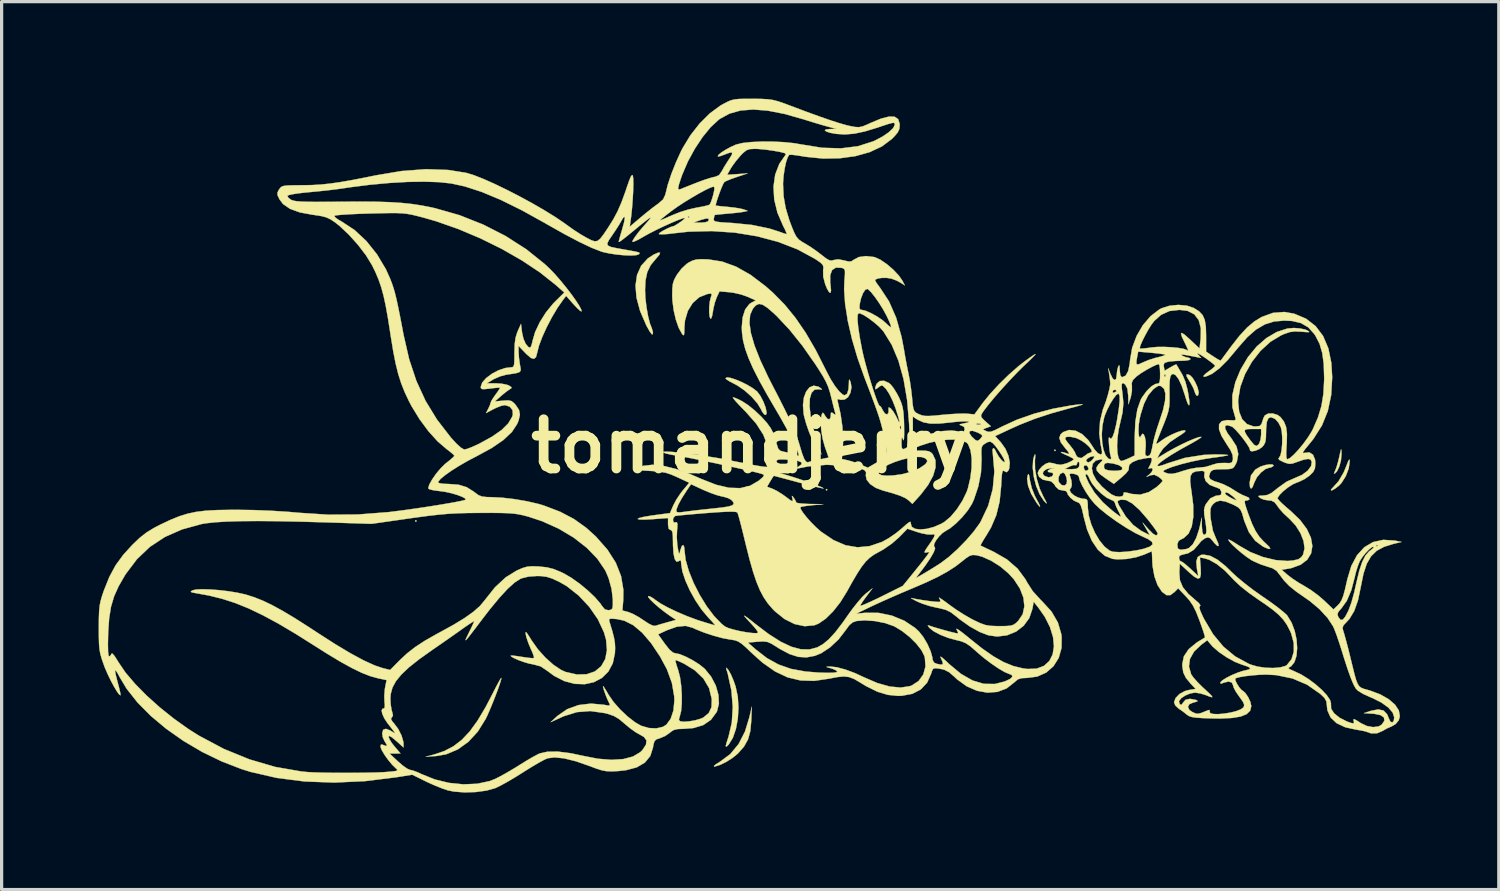
<source format=kicad_pcb>
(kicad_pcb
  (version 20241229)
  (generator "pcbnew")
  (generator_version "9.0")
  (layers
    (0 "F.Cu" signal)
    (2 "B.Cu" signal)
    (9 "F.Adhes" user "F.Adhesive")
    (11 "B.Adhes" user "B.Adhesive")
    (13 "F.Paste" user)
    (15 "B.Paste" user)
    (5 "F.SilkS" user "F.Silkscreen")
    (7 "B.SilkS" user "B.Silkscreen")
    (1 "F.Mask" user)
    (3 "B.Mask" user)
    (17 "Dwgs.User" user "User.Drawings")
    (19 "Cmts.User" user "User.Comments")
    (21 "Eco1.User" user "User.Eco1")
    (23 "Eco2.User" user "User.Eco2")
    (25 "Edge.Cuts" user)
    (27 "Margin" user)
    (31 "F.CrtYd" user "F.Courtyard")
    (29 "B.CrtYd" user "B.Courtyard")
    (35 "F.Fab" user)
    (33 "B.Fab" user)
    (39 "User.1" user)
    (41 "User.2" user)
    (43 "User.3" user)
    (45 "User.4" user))
  (footprint "tomandjerry"
    (layer "F.Cu")
    (at 20.146 10.747)
    (property "Reference" "tomandjerry" (at 0 0 0) (layer "F.SilkS") (effects (font (size 1.524 1.524) (thickness 0.3))))
    (attr through_hole)
    (fp_poly (pts (xy -10.312 2.311) (xy -10.338 2.337) (xy -10.363 2.311) (xy -10.338 2.286) (xy -10.312 2.311)) (stroke (width 0.01) (type solid)) (fill yes) (layer "F.SilkS"))
    (fp_poly (pts (xy 2.388 1.346) (xy 2.362 1.372) (xy 2.337 1.346) (xy 2.362 1.321) (xy 2.388 1.346)) (stroke (width 0.01) (type solid)) (fill yes) (layer "F.SilkS"))
    (fp_poly (pts (xy 9.449 0.127) (xy 9.423 0.152) (xy 9.398 0.127) (xy 9.423 0.102) (xy 9.449 0.127)) (stroke (width 0.01) (type solid)) (fill yes) (layer "F.SilkS"))
    (fp_poly (pts (xy 8.63 0.921) (xy 8.651 1.062) (xy 8.705 1.293) (xy 8.802 1.537) (xy 8.838 1.606) (xy 8.925 1.768) (xy 8.964 1.858) (xy 8.954 1.871) (xy 8.895 1.803) (xy 8.849 1.74) (xy 8.69 1.475) (xy 8.593 1.225) (xy 8.562 1.009) (xy 8.582 0.891) (xy 8.608 0.861) (xy 8.63 0.921)) (stroke (width 0.01) (type solid)) (fill yes) (layer "F.SilkS"))
    (fp_poly (pts (xy 18.279 0.111) (xy 18.283 0.202) (xy 18.284 0.243) (xy 18.267 0.436) (xy 18.217 0.625) (xy 18.146 0.774) (xy 18.085 0.838) (xy 18.05 0.848) (xy 18.071 0.789) (xy 18.084 0.764) (xy 18.127 0.655) (xy 18.176 0.487) (xy 18.212 0.339) (xy 18.249 0.173) (xy 18.269 0.099) (xy 18.279 0.111)) (stroke (width 0.01) (type solid)) (fill yes) (layer "F.SilkS"))
    (fp_poly (pts (xy 13.604 -2.19) (xy 13.682 -2.11) (xy 13.765 -1.971) (xy 13.834 -1.812) (xy 13.867 -1.673) (xy 13.868 -1.653) (xy 13.846 -1.567) (xy 13.8 -1.565) (xy 13.756 -1.643) (xy 13.751 -1.665) (xy 13.705 -1.793) (xy 13.623 -1.948) (xy 13.59 -2) (xy 13.503 -2.144) (xy 13.487 -2.216) (xy 13.541 -2.219) (xy 13.604 -2.19)) (stroke (width 0.01) (type solid)) (fill yes) (layer "F.SilkS"))
    (fp_poly (pts (xy 18.538 0.448) (xy 18.538 0.461) (xy 18.507 0.687) (xy 18.414 0.929) (xy 18.28 1.14) (xy 18.206 1.218) (xy 18.088 1.31) (xy 17.993 1.364) (xy 17.969 1.37) (xy 17.956 1.344) (xy 18.013 1.282) (xy 18.193 1.082) (xy 18.353 0.807) (xy 18.439 0.598) (xy 18.494 0.458) (xy 18.525 0.41) (xy 18.538 0.448)) (stroke (width 0.01) (type solid)) (fill yes) (layer "F.SilkS"))
    (fp_poly (pts (xy 8.817 0.273) (xy 8.809 0.387) (xy 8.804 0.433) (xy 8.808 0.704) (xy 8.862 1.014) (xy 8.957 1.324) (xy 9.066 1.56) (xy 9.144 1.705) (xy 9.169 1.768) (xy 9.141 1.753) (xy 9.082 1.689) (xy 8.949 1.487) (xy 8.842 1.228) (xy 8.769 0.943) (xy 8.736 0.663) (xy 8.749 0.418) (xy 8.78 0.305) (xy 8.808 0.249) (xy 8.817 0.273)) (stroke (width 0.01) (type solid)) (fill yes) (layer "F.SilkS"))
    (fp_poly (pts (xy 0.034 8.484) (xy 0.004 8.809) (xy -0.067 9.066) (xy -0.191 9.287) (xy -0.38 9.501) (xy -0.389 9.51) (xy -0.549 9.639) (xy -0.738 9.759) (xy -0.927 9.852) (xy -1.082 9.901) (xy -1.118 9.904) (xy -1.119 9.883) (xy -1.047 9.826) (xy -0.936 9.757) (xy -0.616 9.52) (xy -0.358 9.208) (xy -0.159 8.819) (xy -0.023 8.371) (xy 0.05 8.052) (xy 0.034 8.484)) (stroke (width 0.01) (type solid)) (fill yes) (layer "F.SilkS"))
    (fp_poly (pts (xy 16.151 0.566) (xy 16.185 0.596) (xy 16.18 0.61) (xy 16.107 0.655) (xy 16.067 0.66) (xy 15.937 0.703) (xy 15.795 0.811) (xy 15.67 0.958) (xy 15.59 1.116) (xy 15.589 1.119) (xy 15.533 1.264) (xy 15.486 1.313) (xy 15.454 1.265) (xy 15.443 1.129) (xy 15.486 0.901) (xy 15.615 0.727) (xy 15.778 0.63) (xy 15.921 0.584) (xy 16.054 0.562) (xy 16.151 0.566)) (stroke (width 0.01) (type solid)) (fill yes) (layer "F.SilkS"))
    (fp_poly (pts (xy -0.689 6.901) (xy -0.665 6.934) (xy -0.594 7.062) (xy -0.515 7.247) (xy -0.45 7.433) (xy -0.383 7.747) (xy -0.362 8.085) (xy -0.382 8.424) (xy -0.442 8.743) (xy -0.536 9.016) (xy -0.663 9.222) (xy -0.707 9.267) (xy -0.746 9.293) (xy -0.755 9.265) (xy -0.731 9.169) (xy -0.673 8.992) (xy -0.669 8.979) (xy -0.568 8.546) (xy -0.539 8.064) (xy -0.581 7.552) (xy -0.695 7.03) (xy -0.743 6.872) (xy -0.738 6.849) (xy -0.689 6.901)) (stroke (width 0.01) (type solid)) (fill yes) (layer "F.SilkS"))
    (fp_poly (pts (xy -0.615 -2.114) (xy -0.461 -2.066) (xy -0.282 -1.992) (xy -0.098 -1.901) (xy 0.07 -1.801) (xy 0.202 -1.701) (xy 0.214 -1.691) (xy 0.312 -1.561) (xy 0.407 -1.379) (xy 0.479 -1.189) (xy 0.508 -1.034) (xy 0.508 -1.032) (xy 0.487 -0.967) (xy 0.436 -0.982) (xy 0.371 -1.066) (xy 0.334 -1.143) (xy 0.221 -1.328) (xy 0.044 -1.53) (xy -0.171 -1.722) (xy -0.398 -1.879) (xy -0.495 -1.93) (xy -0.639 -2.005) (xy -0.736 -2.068) (xy -0.762 -2.099) (xy -0.722 -2.128) (xy -0.615 -2.114)) (stroke (width 0.01) (type solid)) (fill yes) (layer "F.SilkS"))
    (fp_poly (pts (xy -7.699 7.206) (xy -7.733 7.323) (xy -7.792 7.494) (xy -7.869 7.699) (xy -7.955 7.919) (xy -8.043 8.132) (xy -8.125 8.32) (xy -8.178 8.431) (xy -8.419 8.819) (xy -8.71 9.137) (xy -9.041 9.375) (xy -9.402 9.526) (xy -9.713 9.58) (xy -10.033 9.601) (xy -9.779 9.534) (xy -9.461 9.427) (xy -9.177 9.279) (xy -8.917 9.079) (xy -8.671 8.818) (xy -8.43 8.486) (xy -8.184 8.073) (xy -7.981 7.684) (xy -7.876 7.478) (xy -7.787 7.31) (xy -7.724 7.199) (xy -7.697 7.163) (xy -7.699 7.206)) (stroke (width 0.01) (type solid)) (fill yes) (layer "F.SilkS"))
    (fp_poly (pts (xy -2.786 -5.984) (xy -2.806 -5.923) (xy -2.908 -5.804) (xy -3.075 -5.602) (xy -3.181 -5.387) (xy -3.236 -5.132) (xy -3.251 -4.831) (xy -3.239 -4.57) (xy -3.205 -4.288) (xy -3.157 -4.017) (xy -3.098 -3.789) (xy -3.041 -3.645) (xy -3.008 -3.527) (xy -3.01 -3.464) (xy -3.039 -3.46) (xy -3.103 -3.541) (xy -3.194 -3.703) (xy -3.213 -3.738) (xy -3.404 -4.18) (xy -3.515 -4.591) (xy -3.546 -4.966) (xy -3.498 -5.297) (xy -3.371 -5.58) (xy -3.166 -5.806) (xy -2.987 -5.923) (xy -2.847 -5.985) (xy -2.786 -5.984)) (stroke (width 0.01) (type solid)) (fill yes) (layer "F.SilkS"))
    (fp_poly (pts (xy 2.107 -1.842) (xy 2.161 -1.808) (xy 2.222 -1.759) (xy 2.2 -1.75) (xy 2.124 -1.762) (xy 1.989 -1.747) (xy 1.896 -1.648) (xy 1.844 -1.472) (xy 1.836 -1.229) (xy 1.87 -0.926) (xy 1.949 -0.573) (xy 2.041 -0.267) (xy 2.11 -0.056) (xy 2.163 0.114) (xy 2.194 0.223) (xy 2.2 0.254) (xy 2.166 0.216) (xy 2.098 0.119) (xy 2.06 0.064) (xy 1.948 -0.142) (xy 1.833 -0.405) (xy 1.734 -0.686) (xy 1.664 -0.942) (xy 1.652 -1.007) (xy 1.632 -1.275) (xy 1.661 -1.507) (xy 1.732 -1.693) (xy 1.834 -1.819) (xy 1.962 -1.872) (xy 2.107 -1.842)) (stroke (width 0.01) (type solid)) (fill yes) (layer "F.SilkS"))
    (fp_poly (pts (xy 13.505 -4.346) (xy 13.715 -4.275) (xy 13.879 -4.171) (xy 13.989 -4.055) (xy 14.056 -3.903) (xy 14.089 -3.693) (xy 14.097 -3.414) (xy 14.097 -2.925) (xy 14.316 -2.778) (xy 14.442 -2.698) (xy 14.528 -2.653) (xy 14.55 -2.649) (xy 14.584 -2.695) (xy 14.665 -2.805) (xy 14.779 -2.959) (xy 14.859 -3.068) (xy 15.124 -3.408) (xy 15.364 -3.668) (xy 15.593 -3.861) (xy 15.814 -3.995) (xy 16.166 -4.124) (xy 16.521 -4.151) (xy 16.822 -4.097) (xy 17.187 -3.943) (xy 17.484 -3.713) (xy 17.714 -3.408) (xy 17.876 -3.028) (xy 17.97 -2.572) (xy 17.996 -2.134) (xy 17.964 -1.581) (xy 17.86 -1.089) (xy 17.679 -0.642) (xy 17.414 -0.224) (xy 17.289 -0.069) (xy 17.161 0.087) (xy 17.097 0.178) (xy 17.093 0.214) (xy 17.138 0.206) (xy 17.289 0.19) (xy 17.401 0.262) (xy 17.465 0.411) (xy 17.475 0.531) (xy 17.462 0.685) (xy 17.409 0.796) (xy 17.298 0.907) (xy 17.137 1.019) (xy 16.957 1.105) (xy 16.914 1.118) (xy 16.782 1.176) (xy 16.629 1.274) (xy 16.483 1.391) (xy 16.368 1.506) (xy 16.309 1.598) (xy 16.307 1.615) (xy 16.344 1.667) (xy 16.443 1.767) (xy 16.589 1.898) (xy 16.707 1.998) (xy 17 2.278) (xy 17.211 2.559) (xy 17.338 2.83) (xy 17.382 3.085) (xy 17.344 3.314) (xy 17.224 3.51) (xy 17.022 3.663) (xy 16.739 3.767) (xy 16.637 3.787) (xy 16.434 3.82) (xy 16.625 3.986) (xy 16.774 4.099) (xy 16.968 4.226) (xy 17.133 4.321) (xy 17.336 4.446) (xy 17.559 4.609) (xy 17.742 4.767) (xy 18.035 5.046) (xy 18.16 4.928) (xy 18.23 4.852) (xy 18.287 4.758) (xy 18.338 4.627) (xy 18.389 4.44) (xy 18.45 4.176) (xy 18.463 4.115) (xy 18.588 3.701) (xy 18.764 3.37) (xy 18.99 3.123) (xy 19.075 3.073) (xy 19.355 3.073) (xy 19.38 3.099) (xy 19.406 3.073) (xy 19.38 3.048) (xy 19.355 3.073) (xy 19.075 3.073) (xy 19.261 2.964) (xy 19.575 2.895) (xy 19.93 2.918) (xy 19.947 2.921) (xy 20.142 2.96) (xy 19.888 3.02) (xy 19.599 3.11) (xy 19.372 3.233) (xy 19.197 3.404) (xy 19.064 3.635) (xy 18.963 3.94) (xy 18.883 4.333) (xy 18.88 4.35) (xy 18.793 4.766) (xy 18.678 5.092) (xy 18.531 5.337) (xy 18.441 5.435) (xy 18.345 5.537) (xy 18.315 5.617) (xy 18.338 5.714) (xy 18.339 5.714) (xy 18.37 5.815) (xy 18.419 5.991) (xy 18.479 6.216) (xy 18.542 6.466) (xy 18.542 6.468) (xy 18.623 6.8) (xy 18.684 7.047) (xy 18.734 7.224) (xy 18.781 7.345) (xy 18.832 7.422) (xy 18.894 7.47) (xy 18.977 7.503) (xy 19.088 7.534) (xy 19.164 7.555) (xy 19.484 7.675) (xy 19.745 7.824) (xy 19.939 7.992) (xy 20.056 8.171) (xy 20.087 8.352) (xy 20.054 8.473) (xy 19.958 8.589) (xy 19.837 8.661) (xy 19.68 8.73) (xy 19.559 8.801) (xy 19.385 8.876) (xy 19.2 8.879) (xy 19.101 8.844) (xy 19.009 8.814) (xy 18.857 8.783) (xy 18.745 8.766) (xy 18.399 8.69) (xy 18.131 8.563) (xy 17.945 8.386) (xy 17.847 8.165) (xy 17.831 8.018) (xy 17.816 7.889) (xy 17.758 7.783) (xy 17.634 7.663) (xy 17.628 7.658) (xy 17.221 7.374) (xy 16.767 7.181) (xy 16.271 7.078) (xy 15.947 7.061) (xy 15.737 7.068) (xy 15.513 7.086) (xy 15.301 7.111) (xy 15.127 7.141) (xy 15.019 7.172) (xy 14.999 7.184) (xy 15.003 7.242) (xy 15.05 7.343) (xy 15.119 7.452) (xy 15.188 7.533) (xy 15.216 7.551) (xy 15.305 7.625) (xy 15.396 7.757) (xy 15.467 7.909) (xy 15.494 8.037) (xy 15.46 8.177) (xy 15.352 8.283) (xy 15.167 8.358) (xy 14.898 8.403) (xy 14.54 8.42) (xy 14.25 8.416) (xy 13.975 8.406) (xy 13.782 8.392) (xy 13.652 8.372) (xy 13.566 8.343) (xy 13.503 8.301) (xy 13.499 8.297) (xy 13.368 8.194) (xy 13.246 8.111) (xy 13.147 8.019) (xy 13.106 7.921) (xy 13.115 7.896) (xy 13.259 7.896) (xy 13.285 7.983) (xy 13.34 7.992) (xy 13.386 7.926) (xy 13.461 7.84) (xy 13.598 7.811) (xy 13.774 7.843) (xy 13.818 7.86) (xy 13.832 7.887) (xy 13.75 7.915) (xy 13.716 7.921) (xy 13.582 7.974) (xy 13.535 8.059) (xy 13.58 8.155) (xy 13.665 8.215) (xy 13.77 8.263) (xy 13.851 8.273) (xy 13.952 8.246) (xy 14.053 8.205) (xy 14.168 8.16) (xy 14.213 8.159) (xy 14.207 8.201) (xy 14.205 8.205) (xy 14.226 8.255) (xy 14.323 8.28) (xy 14.473 8.284) (xy 14.655 8.268) (xy 14.846 8.237) (xy 15.024 8.193) (xy 15.167 8.138) (xy 15.253 8.076) (xy 15.258 8.069) (xy 15.275 8.001) (xy 15.241 7.91) (xy 15.146 7.773) (xy 15.123 7.743) (xy 15.022 7.597) (xy 14.953 7.471) (xy 14.935 7.407) (xy 14.896 7.31) (xy 14.793 7.275) (xy 14.649 7.309) (xy 14.648 7.31) (xy 14.558 7.343) (xy 14.535 7.322) (xy 14.539 7.303) (xy 14.597 7.242) (xy 14.724 7.162) (xy 14.892 7.077) (xy 15.074 7.001) (xy 15.242 6.946) (xy 15.304 6.933) (xy 15.431 6.9) (xy 15.461 6.862) (xy 15.391 6.815) (xy 15.222 6.759) (xy 15.212 6.756) (xy 14.986 6.667) (xy 14.735 6.529) (xy 14.496 6.366) (xy 14.306 6.201) (xy 14.267 6.158) (xy 14.133 6) (xy 13.949 6.137) (xy 13.726 6.348) (xy 13.598 6.575) (xy 13.566 6.81) (xy 13.633 7.047) (xy 13.638 7.058) (xy 13.711 7.16) (xy 13.837 7.301) (xy 13.991 7.454) (xy 14.028 7.487) (xy 14.189 7.636) (xy 14.275 7.725) (xy 14.288 7.761) (xy 14.23 7.751) (xy 14.102 7.702) (xy 14.089 7.696) (xy 13.922 7.644) (xy 13.761 7.62) (xy 13.748 7.62) (xy 13.603 7.645) (xy 13.452 7.708) (xy 13.328 7.791) (xy 13.262 7.875) (xy 13.259 7.896) (xy 13.115 7.896) (xy 13.152 7.788) (xy 13.273 7.663) (xy 13.442 7.571) (xy 13.563 7.538) (xy 13.773 7.504) (xy 13.624 7.346) (xy 13.473 7.165) (xy 13.392 6.998) (xy 13.362 6.805) (xy 13.36 6.736) (xy 13.41 6.497) (xy 13.559 6.275) (xy 13.804 6.073) (xy 13.859 6.038) (xy 13.978 5.967) (xy 14.053 5.92) (xy 14.063 5.913) (xy 14.054 5.864) (xy 14.016 5.739) (xy 13.954 5.56) (xy 13.895 5.395) (xy 13.791 5.129) (xy 13.694 4.933) (xy 13.588 4.775) (xy 13.471 4.642) (xy 13.233 4.394) (xy 13.121 4.508) (xy 12.992 4.604) (xy 12.872 4.605) (xy 12.743 4.51) (xy 12.725 4.491) (xy 12.596 4.293) (xy 12.499 4.024) (xy 12.478 3.905) (xy 13.269 3.905) (xy 13.287 4.143) (xy 13.377 4.359) (xy 13.548 4.568) (xy 13.748 4.742) (xy 13.87 4.848) (xy 13.92 4.919) (xy 13.909 4.941) (xy 13.888 4.983) (xy 13.915 5.085) (xy 13.992 5.257) (xy 14.033 5.34) (xy 14.312 5.812) (xy 14.629 6.195) (xy 14.993 6.497) (xy 15.412 6.726) (xy 15.474 6.752) (xy 15.684 6.813) (xy 15.926 6.849) (xy 16.171 6.858) (xy 16.389 6.839) (xy 16.551 6.794) (xy 16.593 6.768) (xy 16.737 6.589) (xy 16.809 6.354) (xy 16.807 6.083) (xy 16.728 5.792) (xy 16.695 5.715) (xy 16.598 5.527) (xy 16.487 5.366) (xy 16.346 5.215) (xy 16.16 5.056) (xy 15.91 4.876) (xy 15.724 4.75) (xy 15.424 4.538) (xy 15.163 4.331) (xy 14.964 4.146) (xy 14.911 4.088) (xy 14.674 3.842) (xy 14.43 3.646) (xy 14.201 3.515) (xy 14.067 3.471) (xy 13.906 3.439) (xy 13.929 3.757) (xy 13.934 3.958) (xy 13.908 4.07) (xy 13.842 4.094) (xy 13.73 4.034) (xy 13.562 3.891) (xy 13.55 3.879) (xy 13.284 3.632) (xy 13.269 3.905) (xy 12.478 3.905) (xy 12.443 3.713) (xy 12.433 3.561) (xy 12.429 3.454) (xy 13.259 3.454) (xy 13.281 3.537) (xy 13.312 3.556) (xy 13.374 3.588) (xy 13.483 3.673) (xy 13.61 3.786) (xy 13.856 4.015) (xy 13.812 3.781) (xy 13.794 3.566) (xy 13.836 3.428) (xy 13.942 3.361) (xy 14.025 3.353) (xy 14.224 3.39) (xy 14.444 3.505) (xy 14.694 3.703) (xy 14.884 3.888) (xy 15.053 4.045) (xy 15.281 4.234) (xy 15.54 4.434) (xy 15.803 4.621) (xy 15.85 4.653) (xy 16.085 4.816) (xy 16.298 4.973) (xy 16.471 5.111) (xy 16.586 5.213) (xy 16.609 5.24) (xy 16.741 5.457) (xy 16.836 5.71) (xy 16.894 5.978) (xy 16.912 6.24) (xy 16.892 6.479) (xy 16.831 6.672) (xy 16.729 6.802) (xy 16.677 6.831) (xy 16.642 6.859) (xy 16.683 6.897) (xy 16.811 6.952) (xy 16.819 6.956) (xy 17.038 7.059) (xy 17.263 7.199) (xy 17.481 7.362) (xy 17.675 7.534) (xy 17.83 7.7) (xy 17.93 7.848) (xy 17.96 7.962) (xy 17.957 7.979) (xy 17.963 8.117) (xy 18.056 8.26) (xy 18.223 8.395) (xy 18.45 8.511) (xy 18.58 8.557) (xy 18.661 8.57) (xy 18.669 8.528) (xy 18.663 8.512) (xy 18.649 8.45) (xy 18.682 8.442) (xy 18.775 8.493) (xy 18.877 8.56) (xy 19.065 8.65) (xy 19.261 8.686) (xy 19.434 8.664) (xy 19.529 8.607) (xy 19.61 8.486) (xy 19.595 8.386) (xy 19.489 8.314) (xy 19.297 8.274) (xy 19.252 8.271) (xy 18.974 8.255) (xy 19.192 8.183) (xy 19.419 8.138) (xy 19.586 8.174) (xy 19.697 8.293) (xy 19.734 8.387) (xy 19.792 8.511) (xy 19.853 8.544) (xy 19.9 8.489) (xy 19.914 8.384) (xy 19.865 8.234) (xy 19.729 8.078) (xy 19.516 7.925) (xy 19.239 7.785) (xy 19.168 7.757) (xy 18.949 7.657) (xy 18.79 7.558) (xy 18.724 7.492) (xy 18.652 7.36) (xy 18.569 7.16) (xy 18.47 6.884) (xy 18.353 6.522) (xy 18.285 6.299) (xy 18.207 6.058) (xy 18.129 5.831) (xy 18.06 5.651) (xy 18.024 5.57) (xy 17.852 5.308) (xy 17.748 5.196) (xy 18.158 5.196) (xy 18.181 5.273) (xy 18.183 5.278) (xy 18.253 5.369) (xy 18.323 5.364) (xy 18.4 5.271) (xy 18.499 5.082) (xy 18.59 4.834) (xy 18.679 4.51) (xy 18.745 4.216) (xy 18.832 3.854) (xy 18.922 3.581) (xy 19.021 3.385) (xy 19.133 3.254) (xy 19.179 3.22) (xy 19.261 3.153) (xy 19.28 3.109) (xy 19.28 3.108) (xy 19.227 3.119) (xy 19.136 3.192) (xy 19.029 3.303) (xy 18.926 3.432) (xy 18.848 3.556) (xy 18.787 3.707) (xy 18.726 3.905) (xy 18.695 4.039) (xy 18.586 4.454) (xy 18.448 4.779) (xy 18.285 5.007) (xy 18.188 5.118) (xy 18.158 5.196) (xy 17.748 5.196) (xy 17.605 5.04) (xy 17.305 4.788) (xy 17.17 4.694) (xy 16.884 4.495) (xy 16.668 4.32) (xy 16.504 4.15) (xy 16.384 3.99) (xy 16.278 3.856) (xy 16.155 3.775) (xy 15.988 3.721) (xy 15.779 3.652) (xy 15.565 3.557) (xy 15.496 3.52) (xy 15.355 3.426) (xy 15.195 3.302) (xy 15.037 3.168) (xy 14.902 3.042) (xy 14.811 2.941) (xy 14.783 2.889) (xy 14.821 2.895) (xy 14.922 2.949) (xy 15.066 3.04) (xy 15.107 3.068) (xy 15.466 3.273) (xy 15.856 3.427) (xy 16.249 3.521) (xy 16.619 3.548) (xy 16.79 3.533) (xy 16.948 3.496) (xy 17.043 3.43) (xy 17.098 3.346) (xy 17.141 3.159) (xy 17.111 2.934) (xy 17.017 2.692) (xy 16.868 2.454) (xy 16.671 2.242) (xy 16.633 2.209) (xy 16.484 2.07) (xy 16.353 1.92) (xy 16.307 1.854) (xy 16.214 1.733) (xy 16.115 1.683) (xy 16.033 1.676) (xy 15.885 1.653) (xy 15.77 1.602) (xy 15.715 1.553) (xy 15.731 1.532) (xy 15.832 1.526) (xy 15.861 1.526) (xy 15.989 1.508) (xy 16.114 1.449) (xy 16.267 1.33) (xy 16.303 1.299) (xy 16.585 1.097) (xy 16.843 0.983) (xy 17.065 0.886) (xy 17.237 0.758) (xy 17.342 0.616) (xy 17.364 0.488) (xy 17.331 0.415) (xy 17.251 0.392) (xy 17.109 0.418) (xy 16.916 0.485) (xy 16.77 0.536) (xy 16.667 0.546) (xy 16.556 0.516) (xy 16.485 0.487) (xy 16.363 0.426) (xy 16.332 0.381) (xy 16.352 0.359) (xy 16.396 0.283) (xy 16.429 0.135) (xy 16.448 -0.056) (xy 16.451 -0.261) (xy 16.437 -0.45) (xy 16.41 -0.579) (xy 16.337 -0.725) (xy 16.239 -0.836) (xy 16.226 -0.846) (xy 16.107 -0.897) (xy 16.025 -0.868) (xy 15.974 -0.751) (xy 15.953 -0.543) (xy 15.951 -0.449) (xy 15.946 -0.252) (xy 15.927 -0.126) (xy 15.883 -0.037) (xy 15.827 0.028) (xy 15.732 0.094) (xy 15.619 0.14) (xy 15.517 0.158) (xy 15.458 0.141) (xy 15.454 0.114) (xy 15.433 0.048) (xy 15.36 -0.069) (xy 15.255 -0.215) (xy 15.136 -0.365) (xy 15.063 -0.448) (xy 15.292 -0.448) (xy 15.351 -0.341) (xy 15.474 -0.17) (xy 15.478 -0.165) (xy 15.582 -0.043) (xy 15.657 -0.007) (xy 15.72 -0.055) (xy 15.746 -0.098) (xy 15.784 -0.219) (xy 15.799 -0.365) (xy 15.798 -0.533) (xy 15.524 -0.533) (xy 15.377 -0.529) (xy 15.3 -0.505) (xy 15.292 -0.448) (xy 15.063 -0.448) (xy 15.02 -0.496) (xy 14.927 -0.585) (xy 14.895 -0.606) (xy 14.756 -0.651) (xy 14.686 -0.628) (xy 14.687 -0.544) (xy 14.758 -0.404) (xy 14.884 -0.235) (xy 15.038 0.006) (xy 15.092 0.24) (xy 15.049 0.476) (xy 15.01 0.561) (xy 14.961 0.643) (xy 14.902 0.688) (xy 14.804 0.707) (xy 14.637 0.711) (xy 14.605 0.711) (xy 14.421 0.716) (xy 14.311 0.735) (xy 14.249 0.776) (xy 14.222 0.817) (xy 14.185 0.934) (xy 14.226 1.019) (xy 14.355 1.084) (xy 14.452 1.112) (xy 14.633 1.177) (xy 14.834 1.278) (xy 14.935 1.341) (xy 15.094 1.441) (xy 15.24 1.517) (xy 15.313 1.544) (xy 15.413 1.589) (xy 15.44 1.64) (xy 15.388 1.673) (xy 15.349 1.676) (xy 15.306 1.683) (xy 15.29 1.717) (xy 15.303 1.795) (xy 15.347 1.936) (xy 15.402 2.094) (xy 15.517 2.396) (xy 15.627 2.624) (xy 15.744 2.801) (xy 15.884 2.952) (xy 15.933 2.997) (xy 16.051 3.112) (xy 16.082 3.172) (xy 16.03 3.176) (xy 15.896 3.122) (xy 15.854 3.101) (xy 15.613 2.922) (xy 15.42 2.657) (xy 15.278 2.311) (xy 15.262 2.254) (xy 15.21 2.074) (xy 15.16 1.963) (xy 15.089 1.89) (xy 14.974 1.826) (xy 14.913 1.797) (xy 14.692 1.709) (xy 14.528 1.683) (xy 14.4 1.72) (xy 14.319 1.784) (xy 14.261 1.857) (xy 14.232 1.944) (xy 14.227 2.076) (xy 14.236 2.229) (xy 14.306 2.611) (xy 14.395 2.832) (xy 14.468 2.995) (xy 14.484 3.081) (xy 14.449 3.086) (xy 14.364 3.006) (xy 14.313 2.943) (xy 14.226 2.845) (xy 14.156 2.817) (xy 14.065 2.845) (xy 14.064 2.846) (xy 13.947 2.932) (xy 13.848 3.053) (xy 13.716 3.203) (xy 13.54 3.311) (xy 13.363 3.353) (xy 13.276 3.387) (xy 13.259 3.454) (xy 12.429 3.454) (xy 12.427 3.399) (xy 12.421 3.287) (xy 12.416 3.251) (xy 12.369 3.27) (xy 12.259 3.317) (xy 12.182 3.351) (xy 11.927 3.435) (xy 11.637 3.487) (xy 11.358 3.499) (xy 11.205 3.484) (xy 10.965 3.388) (xy 10.751 3.2) (xy 10.566 2.927) (xy 10.417 2.576) (xy 10.313 2.186) (xy 10.265 1.967) (xy 10.221 1.83) (xy 10.177 1.759) (xy 10.129 1.735) (xy 10.016 1.685) (xy 9.902 1.594) (xy 9.822 1.493) (xy 9.804 1.439) (xy 9.761 1.386) (xy 9.69 1.371) (xy 9.547 1.344) (xy 9.445 1.25) (xy 9.404 1.181) (xy 9.306 1.086) (xy 9.197 1.067) (xy 9.045 1.032) (xy 8.932 0.944) (xy 8.896 0.848) (xy 9.045 0.848) (xy 9.093 0.915) (xy 9.221 0.961) (xy 9.236 0.958) (xy 9.534 0.958) (xy 9.535 1.079) (xy 9.55 1.118) (xy 9.632 1.202) (xy 9.724 1.213) (xy 9.78 1.167) (xy 9.796 1.076) (xy 9.776 0.958) (xy 9.74 0.876) (xy 9.875 0.876) (xy 9.886 0.91) (xy 9.932 1.06) (xy 9.945 1.196) (xy 9.923 1.283) (xy 9.913 1.291) (xy 9.878 1.355) (xy 9.918 1.437) (xy 10.012 1.52) (xy 10.141 1.588) (xy 10.283 1.624) (xy 10.323 1.626) (xy 10.391 1.635) (xy 10.426 1.68) (xy 10.438 1.785) (xy 10.439 1.892) (xy 10.468 2.146) (xy 10.545 2.414) (xy 10.66 2.677) (xy 10.8 2.914) (xy 10.956 3.105) (xy 11.114 3.229) (xy 11.216 3.265) (xy 11.419 3.275) (xy 11.679 3.258) (xy 11.954 3.219) (xy 12.179 3.169) (xy 12.361 3.104) (xy 12.413 3.059) (xy 13.208 3.059) (xy 13.224 3.163) (xy 13.292 3.198) (xy 13.338 3.2) (xy 13.48 3.18) (xy 13.566 3.148) (xy 13.685 3.035) (xy 13.792 2.836) (xy 13.881 2.568) (xy 13.9 2.489) (xy 13.961 2.21) (xy 13.966 2.477) (xy 13.98 2.649) (xy 14.015 2.736) (xy 14.067 2.731) (xy 14.098 2.69) (xy 14.106 2.617) (xy 14.096 2.474) (xy 14.07 2.294) (xy 14.069 2.294) (xy 14.039 2.099) (xy 14.034 1.969) (xy 14.056 1.868) (xy 14.091 1.789) (xy 14.226 1.613) (xy 14.401 1.531) (xy 14.478 1.524) (xy 14.56 1.5) (xy 14.564 1.464) (xy 14.681 1.464) (xy 14.721 1.507) (xy 14.816 1.57) (xy 14.928 1.631) (xy 15.019 1.668) (xy 15.037 1.672) (xy 15.02 1.644) (xy 14.947 1.572) (xy 14.92 1.548) (xy 14.791 1.451) (xy 14.708 1.424) (xy 14.681 1.464) (xy 14.564 1.464) (xy 14.571 1.413) (xy 14.57 1.412) (xy 14.525 1.322) (xy 14.406 1.269) (xy 14.378 1.263) (xy 14.204 1.193) (xy 14.084 1.077) (xy 14.038 0.937) (xy 14.044 0.88) (xy 14.05 0.791) (xy 13.988 0.763) (xy 13.958 0.763) (xy 13.785 0.776) (xy 13.673 0.824) (xy 13.615 0.922) (xy 13.604 1.083) (xy 13.633 1.323) (xy 13.645 1.397) (xy 13.699 1.824) (xy 13.701 2.188) (xy 13.653 2.482) (xy 13.555 2.701) (xy 13.409 2.838) (xy 13.361 2.86) (xy 13.248 2.925) (xy 13.209 3.024) (xy 13.208 3.059) (xy 12.413 3.059) (xy 12.443 3.034) (xy 12.424 2.957) (xy 12.305 2.872) (xy 12.154 2.803) (xy 11.911 2.686) (xy 11.625 2.52) (xy 11.325 2.324) (xy 11.04 2.118) (xy 10.796 1.92) (xy 10.652 1.782) (xy 10.516 1.617) (xy 10.383 1.422) (xy 10.269 1.225) (xy 10.19 1.052) (xy 10.16 0.933) (xy 10.142 0.914) (xy 10.372 0.914) (xy 10.408 1.008) (xy 10.468 1.138) (xy 10.649 1.436) (xy 10.908 1.736) (xy 11.19 1.987) (xy 11.323 2.09) (xy 11.421 2.161) (xy 11.46 2.184) (xy 11.452 2.145) (xy 11.406 2.045) (xy 11.379 1.995) (xy 11.316 1.863) (xy 11.28 1.764) (xy 11.278 1.746) (xy 11.261 1.724) (xy 11.359 1.724) (xy 11.397 1.817) (xy 11.413 1.847) (xy 11.612 2.172) (xy 11.841 2.433) (xy 12.083 2.612) (xy 12.103 2.623) (xy 12.358 2.752) (xy 12.246 2.557) (xy 12.135 2.362) (xy 12.325 2.576) (xy 12.459 2.708) (xy 12.55 2.759) (xy 12.595 2.726) (xy 12.598 2.693) (xy 12.569 2.636) (xy 12.489 2.52) (xy 12.372 2.365) (xy 12.294 2.265) (xy 12.037 1.969) (xy 11.813 1.769) (xy 11.621 1.664) (xy 11.463 1.654) (xy 11.378 1.681) (xy 11.359 1.724) (xy 11.261 1.724) (xy 11.235 1.69) (xy 11.159 1.658) (xy 11.022 1.591) (xy 10.859 1.466) (xy 10.698 1.311) (xy 10.57 1.152) (xy 10.508 1.039) (xy 10.457 0.925) (xy 10.411 0.866) (xy 10.404 0.864) (xy 10.372 0.873) (xy 10.372 0.914) (xy 10.142 0.914) (xy 10.116 0.886) (xy 10.009 0.853) (xy 10.005 0.852) (xy 9.901 0.846) (xy 9.875 0.876) (xy 9.74 0.876) (xy 9.731 0.856) (xy 9.675 0.813) (xy 9.587 0.856) (xy 9.534 0.958) (xy 9.236 0.958) (xy 9.326 0.939) (xy 9.366 0.889) (xy 9.357 0.826) (xy 9.295 0.813) (xy 9.208 0.794) (xy 9.205 0.751) (xy 9.277 0.709) (xy 9.283 0.707) (xy 9.728 0.707) (xy 9.938 0.709) (xy 10.08 0.7) (xy 10.15 0.662) (xy 10.312 0.662) (xy 10.345 0.743) (xy 10.389 0.762) (xy 10.456 0.724) (xy 10.465 0.691) (xy 10.46 0.682) (xy 10.564 0.682) (xy 10.601 0.856) (xy 10.703 1.047) (xy 10.869 1.24) (xy 10.88 1.25) (xy 11.016 1.369) (xy 11.146 1.472) (xy 11.176 1.493) (xy 11.294 1.545) (xy 11.416 1.562) (xy 11.511 1.544) (xy 11.545 1.491) (xy 11.544 1.486) (xy 11.544 1.44) (xy 11.584 1.427) (xy 11.684 1.445) (xy 11.798 1.476) (xy 12.059 1.497) (xy 12.325 1.42) (xy 12.56 1.268) (xy 12.671 1.168) (xy 12.74 1.091) (xy 12.751 1.069) (xy 12.713 1.015) (xy 12.62 0.942) (xy 12.618 0.94) (xy 12.497 0.883) (xy 12.382 0.897) (xy 12.351 0.909) (xy 12.26 0.945) (xy 12.259 0.936) (xy 12.332 0.882) (xy 12.413 0.8) (xy 12.446 0.723) (xy 12.425 0.676) (xy 12.363 0.682) (xy 12.308 0.692) (xy 12.33 0.649) (xy 12.382 0.549) (xy 12.41 0.463) (xy 12.422 0.39) (xy 12.394 0.36) (xy 12.302 0.362) (xy 12.213 0.374) (xy 11.987 0.422) (xy 11.818 0.493) (xy 11.721 0.578) (xy 11.708 0.657) (xy 11.7 0.735) (xy 11.623 0.836) (xy 11.491 0.957) (xy 11.244 1.164) (xy 10.988 0.991) (xy 10.81 0.86) (xy 10.717 0.755) (xy 10.705 0.663) (xy 10.756 0.583) (xy 10.941 0.583) (xy 10.945 0.68) (xy 10.978 0.716) (xy 11.073 0.745) (xy 11.214 0.759) (xy 11.359 0.757) (xy 11.469 0.738) (xy 11.503 0.717) (xy 11.496 0.649) (xy 11.402 0.587) (xy 11.235 0.538) (xy 11.187 0.529) (xy 11.046 0.515) (xy 10.972 0.535) (xy 10.941 0.583) (xy 10.756 0.583) (xy 10.766 0.567) (xy 10.803 0.531) (xy 10.883 0.448) (xy 10.887 0.412) (xy 10.85 0.406) (xy 10.688 0.442) (xy 10.593 0.539) (xy 10.564 0.682) (xy 10.46 0.682) (xy 10.424 0.613) (xy 10.389 0.591) (xy 10.326 0.599) (xy 10.312 0.662) (xy 10.15 0.662) (xy 10.151 0.661) (xy 10.175 0.61) (xy 10.177 0.515) (xy 10.155 0.48) (xy 10.116 0.494) (xy 10.109 0.533) (xy 10.086 0.589) (xy 10.06 0.585) (xy 9.984 0.585) (xy 9.872 0.629) (xy 9.869 0.631) (xy 9.728 0.707) (xy 9.283 0.707) (xy 9.335 0.695) (xy 9.407 0.68) (xy 9.384 0.676) (xy 9.302 0.679) (xy 9.164 0.708) (xy 9.073 0.772) (xy 9.045 0.848) (xy 8.896 0.848) (xy 8.89 0.832) (xy 8.93 0.733) (xy 9.027 0.623) (xy 9.146 0.538) (xy 9.24 0.508) (xy 9.366 0.526) (xy 9.467 0.556) (xy 9.605 0.575) (xy 9.781 0.531) (xy 9.801 0.523) (xy 9.926 0.466) (xy 9.966 0.44) (xy 10.386 0.44) (xy 10.39 0.46) (xy 10.451 0.505) (xy 10.534 0.464) (xy 10.592 0.406) (xy 10.643 0.33) (xy 10.622 0.305) (xy 10.521 0.328) (xy 10.43 0.381) (xy 10.386 0.44) (xy 9.966 0.44) (xy 10 0.418) (xy 10.008 0.405) (xy 9.965 0.368) (xy 9.853 0.309) (xy 9.741 0.26) (xy 9.629 0.207) (xy 9.604 0.18) (xy 9.657 0.182) (xy 9.777 0.216) (xy 9.838 0.238) (xy 9.865 0.228) (xy 9.821 0.155) (xy 9.741 0.06) (xy 9.606 -0.117) (xy 9.558 -0.255) (xy 9.559 -0.256) (xy 9.74 -0.256) (xy 9.753 -0.201) (xy 9.827 -0.101) (xy 9.877 -0.042) (xy 9.978 0.088) (xy 10.044 0.193) (xy 10.058 0.235) (xy 10.098 0.311) (xy 10.147 0.35) (xy 10.24 0.367) (xy 10.341 0.301) (xy 10.438 0.229) (xy 10.506 0.203) (xy 10.564 0.178) (xy 10.552 0.112) (xy 10.486 0.022) (xy 10.379 -0.078) (xy 10.248 -0.171) (xy 10.107 -0.243) (xy 10.058 -0.26) (xy 9.911 -0.29) (xy 9.796 -0.291) (xy 9.779 -0.286) (xy 9.74 -0.256) (xy 9.559 -0.256) (xy 9.596 -0.366) (xy 9.678 -0.437) (xy 9.862 -0.502) (xy 10.064 -0.478) (xy 10.265 -0.374) (xy 10.447 -0.197) (xy 10.525 -0.085) (xy 10.649 0.104) (xy 10.747 0.213) (xy 10.828 0.253) (xy 10.843 0.254) (xy 10.875 0.235) (xy 10.878 0.165) (xy 10.853 0.026) (xy 10.833 -0.064) (xy 10.796 -0.378) (xy 10.872 -0.378) (xy 10.883 -0.125) (xy 10.921 0.098) (xy 10.985 0.273) (xy 11.071 0.381) (xy 11.143 0.406) (xy 11.163 0.369) (xy 11.149 0.318) (xy 11.129 0.237) (xy 11.11 0.113) (xy 11.098 -0.006) (xy 11.345 -0.006) (xy 11.356 0.206) (xy 11.389 0.363) (xy 11.446 0.448) (xy 11.478 0.457) (xy 11.553 0.437) (xy 11.676 0.386) (xy 11.708 0.372) (xy 11.887 0.286) (xy 11.888 -0.276) (xy 11.898 -0.502) (xy 12.006 -0.502) (xy 12.012 -0.373) (xy 12.029 -0.29) (xy 12.057 -0.274) (xy 12.088 -0.329) (xy 12.13 -0.387) (xy 12.171 -0.363) (xy 12.206 -0.276) (xy 12.229 -0.145) (xy 12.23 0.009) (xy 12.226 0.059) (xy 12.213 0.207) (xy 12.225 0.28) (xy 12.268 0.304) (xy 12.291 0.305) (xy 12.346 0.286) (xy 12.388 0.215) (xy 12.424 0.073) (xy 12.442 -0.026) (xy 12.452 -0.068) (xy 12.548 -0.068) (xy 12.583 -0.081) (xy 12.672 -0.141) (xy 12.715 -0.174) (xy 12.855 -0.266) (xy 13.019 -0.353) (xy 13.185 -0.426) (xy 13.329 -0.476) (xy 13.429 -0.493) (xy 13.462 -0.473) (xy 13.421 -0.425) (xy 13.32 -0.353) (xy 13.265 -0.32) (xy 12.982 -0.131) (xy 12.77 0.069) (xy 12.666 0.219) (xy 12.585 0.376) (xy 12.706 0.297) (xy 12.902 0.177) (xy 13.123 0.055) (xy 13.35 -0.061) (xy 13.566 -0.162) (xy 13.751 -0.239) (xy 13.886 -0.284) (xy 13.953 -0.288) (xy 13.954 -0.287) (xy 13.922 -0.255) (xy 13.819 -0.189) (xy 13.664 -0.099) (xy 13.579 -0.053) (xy 13.281 0.112) (xy 13.029 0.262) (xy 12.829 0.392) (xy 12.686 0.496) (xy 12.606 0.571) (xy 12.594 0.612) (xy 12.656 0.613) (xy 12.797 0.57) (xy 12.905 0.529) (xy 13.442 0.36) (xy 14.02 0.269) (xy 14.363 0.254) (xy 14.556 0.256) (xy 14.7 0.263) (xy 14.773 0.272) (xy 14.777 0.277) (xy 14.72 0.293) (xy 14.586 0.316) (xy 14.401 0.343) (xy 14.319 0.353) (xy 13.994 0.404) (xy 13.651 0.474) (xy 13.323 0.556) (xy 13.043 0.642) (xy 12.907 0.694) (xy 12.796 0.746) (xy 12.77 0.78) (xy 12.816 0.81) (xy 12.827 0.814) (xy 12.939 0.85) (xy 13.053 0.853) (xy 13.201 0.822) (xy 13.386 0.762) (xy 13.587 0.705) (xy 13.788 0.668) (xy 13.894 0.66) (xy 14.075 0.64) (xy 14.245 0.591) (xy 14.268 0.58) (xy 14.464 0.524) (xy 14.669 0.517) (xy 14.815 0.523) (xy 14.888 0.505) (xy 14.917 0.449) (xy 14.927 0.385) (xy 14.915 0.267) (xy 14.85 0.119) (xy 14.733 -0.062) (xy 14.574 -0.319) (xy 14.496 -0.525) (xy 14.498 -0.678) (xy 14.581 -0.773) (xy 14.742 -0.808) (xy 14.834 -0.804) (xy 14.963 -0.798) (xy 15.012 -0.818) (xy 15.006 -0.862) (xy 14.91 -1.205) (xy 14.908 -1.576) (xy 15.001 -1.979) (xy 15.164 -2.372) (xy 15.391 -2.754) (xy 15.661 -3.082) (xy 15.963 -3.345) (xy 16.283 -3.533) (xy 16.609 -3.638) (xy 16.81 -3.656) (xy 16.994 -3.642) (xy 17.155 -3.609) (xy 17.221 -3.583) (xy 17.282 -3.546) (xy 17.28 -3.528) (xy 17.203 -3.528) (xy 17.038 -3.541) (xy 16.845 -3.55) (xy 16.688 -3.53) (xy 16.517 -3.472) (xy 16.418 -3.429) (xy 16.085 -3.229) (xy 15.779 -2.949) (xy 15.513 -2.609) (xy 15.301 -2.231) (xy 15.155 -1.836) (xy 15.09 -1.444) (xy 15.088 -1.361) (xy 15.12 -1.063) (xy 15.213 -0.835) (xy 15.362 -0.683) (xy 15.563 -0.613) (xy 15.631 -0.61) (xy 15.752 -0.625) (xy 15.811 -0.687) (xy 15.83 -0.749) (xy 15.872 -0.876) (xy 15.914 -0.953) (xy 16.015 -1.009) (xy 16.16 -1.012) (xy 16.307 -0.966) (xy 16.396 -0.902) (xy 16.505 -0.759) (xy 16.57 -0.596) (xy 16.597 -0.389) (xy 16.592 -0.114) (xy 16.587 -0.038) (xy 16.574 0.208) (xy 16.58 0.355) (xy 16.605 0.406) (xy 16.607 0.406) (xy 16.689 0.367) (xy 16.811 0.26) (xy 16.954 0.106) (xy 17.105 -0.077) (xy 17.246 -0.271) (xy 17.361 -0.456) (xy 17.398 -0.526) (xy 17.557 -0.892) (xy 17.663 -1.244) (xy 17.724 -1.618) (xy 17.747 -2.049) (xy 17.747 -2.134) (xy 17.734 -2.548) (xy 17.688 -2.885) (xy 17.606 -3.165) (xy 17.481 -3.409) (xy 17.437 -3.475) (xy 17.254 -3.677) (xy 17.032 -3.807) (xy 16.752 -3.873) (xy 16.51 -3.884) (xy 16.196 -3.856) (xy 15.911 -3.766) (xy 15.641 -3.607) (xy 15.37 -3.37) (xy 15.085 -3.046) (xy 15.056 -3.01) (xy 14.763 -2.662) (xy 14.508 -2.408) (xy 14.292 -2.246) (xy 14.258 -2.228) (xy 14.104 -2.16) (xy 14.023 -2.146) (xy 14.022 -2.183) (xy 14.107 -2.263) (xy 14.168 -2.307) (xy 14.288 -2.397) (xy 14.363 -2.465) (xy 14.376 -2.486) (xy 14.338 -2.53) (xy 14.235 -2.612) (xy 14.089 -2.719) (xy 14.059 -2.739) (xy 13.919 -2.831) (xy 13.84 -2.872) (xy 13.83 -2.859) (xy 13.843 -2.843) (xy 13.945 -2.728) (xy 13.78 -2.761) (xy 13.553 -2.805) (xy 13.412 -2.829) (xy 13.343 -2.834) (xy 13.334 -2.822) (xy 13.36 -2.799) (xy 13.475 -2.751) (xy 13.525 -2.744) (xy 13.601 -2.719) (xy 13.614 -2.692) (xy 13.569 -2.664) (xy 13.45 -2.646) (xy 13.341 -2.642) (xy 13.153 -2.636) (xy 12.982 -2.621) (xy 12.918 -2.611) (xy 12.812 -2.577) (xy 12.784 -2.512) (xy 12.79 -2.458) (xy 12.814 -2.334) (xy 12.992 -2.439) (xy 13.104 -2.501) (xy 13.17 -2.53) (xy 13.176 -2.529) (xy 13.205 -2.48) (xy 13.245 -2.413) (xy 13.372 -2.194) (xy 13.454 -2) (xy 13.513 -1.781) (xy 13.538 -1.662) (xy 13.574 -1.437) (xy 13.584 -1.303) (xy 13.568 -1.262) (xy 13.531 -1.315) (xy 13.475 -1.466) (xy 13.44 -1.581) (xy 13.345 -1.864) (xy 13.247 -2.074) (xy 13.152 -2.2) (xy 13.079 -2.235) (xy 13.025 -2.215) (xy 12.989 -2.146) (xy 12.97 -2.014) (xy 12.963 -1.804) (xy 12.965 -1.6) (xy 12.967 -1.391) (xy 12.957 -1.228) (xy 12.929 -1.08) (xy 12.877 -0.913) (xy 12.793 -0.695) (xy 12.761 -0.617) (xy 12.675 -0.404) (xy 12.606 -0.229) (xy 12.561 -0.11) (xy 12.548 -0.068) (xy 12.452 -0.068) (xy 12.49 -0.241) (xy 12.562 -0.497) (xy 12.643 -0.744) (xy 12.651 -0.766) (xy 12.765 -1.117) (xy 12.828 -1.406) (xy 12.839 -1.627) (xy 12.797 -1.771) (xy 12.778 -1.794) (xy 12.696 -1.862) (xy 12.621 -1.867) (xy 12.522 -1.807) (xy 12.457 -1.754) (xy 12.306 -1.573) (xy 12.175 -1.309) (xy 12.071 -0.976) (xy 12.038 -0.828) (xy 12.014 -0.66) (xy 12.006 -0.502) (xy 11.898 -0.502) (xy 11.909 -0.753) (xy 11.971 -1.139) (xy 12.074 -1.434) (xy 12.119 -1.514) (xy 12.26 -1.707) (xy 12.403 -1.849) (xy 12.529 -1.924) (xy 12.57 -1.931) (xy 12.628 -1.941) (xy 12.66 -1.988) (xy 12.673 -2.094) (xy 12.674 -2.184) (xy 12.802 -2.184) (xy 12.82 -2.143) (xy 12.835 -2.151) (xy 12.842 -2.211) (xy 12.835 -2.218) (xy 12.805 -2.211) (xy 12.802 -2.184) (xy 12.674 -2.184) (xy 12.675 -2.235) (xy 12.669 -2.396) (xy 12.653 -2.506) (xy 12.635 -2.54) (xy 12.55 -2.514) (xy 12.411 -2.448) (xy 12.246 -2.357) (xy 12.085 -2.258) (xy 11.957 -2.166) (xy 11.941 -2.154) (xy 11.835 -2.048) (xy 11.797 -1.953) (xy 11.803 -1.859) (xy 11.803 -1.707) (xy 11.771 -1.531) (xy 11.762 -1.499) (xy 11.695 -1.295) (xy 11.689 -1.558) (xy 11.663 -1.78) (xy 11.597 -1.908) (xy 11.525 -1.957) (xy 11.489 -1.921) (xy 11.489 -1.795) (xy 11.511 -1.635) (xy 11.539 -1.336) (xy 11.514 -1.044) (xy 11.454 -0.784) (xy 11.394 -0.519) (xy 11.357 -0.253) (xy 11.345 -0.006) (xy 11.098 -0.006) (xy 11.096 -0.028) (xy 11.088 -0.158) (xy 11.088 -0.25) (xy 11.099 -0.276) (xy 11.104 -0.267) (xy 11.15 -0.226) (xy 11.202 -0.282) (xy 11.257 -0.428) (xy 11.314 -0.659) (xy 11.344 -0.816) (xy 11.398 -1.155) (xy 11.425 -1.401) (xy 11.422 -1.555) (xy 11.392 -1.622) (xy 11.378 -1.626) (xy 11.316 -1.583) (xy 11.23 -1.47) (xy 11.133 -1.312) (xy 11.041 -1.133) (xy 10.967 -0.956) (xy 10.946 -0.892) (xy 10.892 -0.64) (xy 10.872 -0.378) (xy 10.796 -0.378) (xy 10.793 -0.407) (xy 10.818 -0.779) (xy 10.905 -1.136) (xy 10.941 -1.229) (xy 11.002 -1.394) (xy 11.061 -1.588) (xy 11.091 -1.704) (xy 11.209 -1.704) (xy 11.212 -1.653) (xy 11.255 -1.659) (xy 11.32 -1.693) (xy 11.328 -1.704) (xy 11.295 -1.747) (xy 11.234 -1.736) (xy 11.209 -1.704) (xy 11.091 -1.704) (xy 11.108 -1.772) (xy 11.133 -1.909) (xy 11.134 -1.93) (xy 11.127 -2.028) (xy 11.109 -2.173) (xy 11.103 -2.21) (xy 11.071 -2.413) (xy 11.136 -2.239) (xy 11.205 -2.099) (xy 11.268 -2.045) (xy 11.314 -2.081) (xy 11.332 -2.193) (xy 11.348 -2.344) (xy 11.379 -2.464) (xy 11.407 -2.506) (xy 11.421 -2.465) (xy 11.426 -2.349) (xy 11.444 -2.194) (xy 11.49 -2.134) (xy 11.498 -2.134) (xy 11.609 -2.181) (xy 11.688 -2.324) (xy 11.737 -2.562) (xy 11.741 -2.613) (xy 11.94 -2.613) (xy 11.949 -2.536) (xy 12.007 -2.53) (xy 12.126 -2.583) (xy 12.14 -2.59) (xy 12.317 -2.664) (xy 12.524 -2.73) (xy 12.6 -2.748) (xy 12.74 -2.784) (xy 12.823 -2.815) (xy 12.834 -2.829) (xy 12.775 -2.845) (xy 12.641 -2.864) (xy 12.457 -2.884) (xy 12.403 -2.889) (xy 11.997 -2.924) (xy 11.968 -2.776) (xy 11.94 -2.613) (xy 11.741 -2.613) (xy 11.747 -2.675) (xy 11.81 -3.036) (xy 12.045 -3.036) (xy 12.049 -3.022) (xy 12.106 -3.018) (xy 12.235 -3.03) (xy 12.409 -3.053) (xy 12.41 -3.054) (xy 12.59 -3.07) (xy 12.807 -3.071) (xy 13.034 -3.06) (xy 13.244 -3.039) (xy 13.409 -3.009) (xy 13.502 -2.974) (xy 13.506 -2.97) (xy 13.543 -2.947) (xy 13.53 -3.002) (xy 13.467 -3.14) (xy 13.437 -3.199) (xy 13.35 -3.382) (xy 13.32 -3.483) (xy 13.348 -3.502) (xy 13.438 -3.443) (xy 13.592 -3.305) (xy 13.601 -3.297) (xy 13.893 -3.023) (xy 13.929 -3.327) (xy 13.934 -3.649) (xy 13.868 -3.9) (xy 13.731 -4.079) (xy 13.525 -4.185) (xy 13.275 -4.216) (xy 12.964 -4.18) (xy 12.705 -4.063) (xy 12.49 -3.87) (xy 12.406 -3.758) (xy 12.309 -3.603) (xy 12.213 -3.429) (xy 12.128 -3.261) (xy 12.068 -3.122) (xy 12.045 -3.036) (xy 11.81 -3.036) (xy 11.812 -3.046) (xy 11.948 -3.409) (xy 12.141 -3.741) (xy 12.38 -4.021) (xy 12.65 -4.228) (xy 12.72 -4.265) (xy 12.963 -4.343) (xy 13.238 -4.37) (xy 13.505 -4.346)) (stroke (width 0.01) (type solid)) (fill yes) (layer "F.SilkS"))
    (fp_poly (pts (xy 0.076 -10.742) (xy 0.343 -10.739) (xy 0.542 -10.728) (xy 0.706 -10.705) (xy 0.867 -10.663) (xy 1.059 -10.597) (xy 1.194 -10.546) (xy 1.705 -10.354) (xy 2.131 -10.199) (xy 2.479 -10.078) (xy 2.758 -9.988) (xy 2.975 -9.926) (xy 3.084 -9.901) (xy 3.245 -9.871) (xy 3.363 -9.865) (xy 3.476 -9.889) (xy 3.622 -9.948) (xy 3.727 -9.997) (xy 4.044 -10.129) (xy 4.289 -10.192) (xy 4.465 -10.188) (xy 4.574 -10.114) (xy 4.621 -9.971) (xy 4.623 -9.92) (xy 4.61 -9.805) (xy 4.561 -9.701) (xy 4.459 -9.58) (xy 4.375 -9.496) (xy 4.073 -9.27) (xy 3.695 -9.093) (xy 3.256 -8.97) (xy 2.771 -8.903) (xy 2.255 -8.894) (xy 1.721 -8.948) (xy 1.626 -8.964) (xy 1.439 -8.994) (xy 1.292 -9.011) (xy 1.213 -9.011) (xy 1.208 -9.01) (xy 1.159 -8.934) (xy 1.109 -8.784) (xy 1.066 -8.585) (xy 1.033 -8.364) (xy 1.017 -8.148) (xy 1.016 -8.096) (xy 1.034 -7.725) (xy 1.095 -7.373) (xy 1.206 -7.001) (xy 1.281 -6.8) (xy 1.362 -6.602) (xy 1.432 -6.472) (xy 1.51 -6.385) (xy 1.618 -6.311) (xy 1.679 -6.277) (xy 1.856 -6.169) (xy 2.058 -6.029) (xy 2.195 -5.924) (xy 2.346 -5.807) (xy 2.447 -5.749) (xy 2.523 -5.739) (xy 2.578 -5.756) (xy 2.722 -5.78) (xy 2.901 -5.745) (xy 3.042 -5.71) (xy 3.129 -5.717) (xy 3.199 -5.764) (xy 3.36 -5.849) (xy 3.579 -5.879) (xy 3.824 -5.851) (xy 3.857 -5.843) (xy 4.026 -5.766) (xy 4.225 -5.63) (xy 4.424 -5.459) (xy 4.595 -5.278) (xy 4.707 -5.116) (xy 4.781 -4.972) (xy 4.657 -5.053) (xy 4.518 -5.126) (xy 4.363 -5.183) (xy 4.225 -5.205) (xy 4.075 -5.205) (xy 3.945 -5.185) (xy 3.869 -5.15) (xy 3.861 -5.132) (xy 3.89 -5.073) (xy 3.965 -4.966) (xy 4.018 -4.896) (xy 4.294 -4.475) (xy 4.515 -3.969) (xy 4.681 -3.377) (xy 4.75 -3.017) (xy 4.793 -2.761) (xy 4.843 -2.495) (xy 4.889 -2.269) (xy 4.896 -2.235) (xy 4.938 -2.014) (xy 4.977 -1.747) (xy 5.006 -1.494) (xy 5.006 -1.489) (xy 5.025 -1.283) (xy 5.047 -1.155) (xy 5.081 -1.079) (xy 5.137 -1.03) (xy 5.213 -0.991) (xy 5.303 -0.956) (xy 5.402 -0.937) (xy 5.535 -0.935) (xy 5.725 -0.948) (xy 5.927 -0.969) (xy 6.18 -0.991) (xy 6.422 -1.005) (xy 6.618 -1.009) (xy 6.703 -1.006) (xy 6.934 -0.984) (xy 7.188 -1.333) (xy 7.41 -1.607) (xy 7.687 -1.908) (xy 7.992 -2.207) (xy 8.296 -2.474) (xy 8.486 -2.623) (xy 8.674 -2.759) (xy 8.786 -2.834) (xy 8.824 -2.849) (xy 8.787 -2.8) (xy 8.675 -2.687) (xy 8.487 -2.508) (xy 8.472 -2.494) (xy 8.263 -2.288) (xy 8.031 -2.045) (xy 7.794 -1.786) (xy 7.569 -1.53) (xy 7.375 -1.296) (xy 7.228 -1.105) (xy 7.184 -1.043) (xy 7.14 -0.962) (xy 7.146 -0.901) (xy 7.213 -0.824) (xy 7.273 -0.768) (xy 7.442 -0.617) (xy 7.317 -0.57) (xy 7.192 -0.523) (xy 7.301 -0.465) (xy 7.369 -0.443) (xy 7.453 -0.452) (xy 7.577 -0.501) (xy 7.763 -0.595) (xy 7.781 -0.605) (xy 8.248 -0.819) (xy 8.783 -1.006) (xy 9.355 -1.157) (xy 9.934 -1.263) (xy 10.16 -1.291) (xy 10.26 -1.298) (xy 10.281 -1.291) (xy 10.217 -1.267) (xy 10.065 -1.223) (xy 9.881 -1.175) (xy 9.308 -1.015) (xy 8.804 -0.849) (xy 8.339 -0.666) (xy 8.041 -0.532) (xy 7.573 -0.313) (xy 7.75 -0.121) (xy 7.891 0.078) (xy 7.986 0.299) (xy 8.027 0.515) (xy 8.007 0.698) (xy 7.979 0.759) (xy 7.924 0.805) (xy 7.858 0.77) (xy 7.824 0.754) (xy 7.8 0.784) (xy 7.783 0.874) (xy 7.77 1.039) (xy 7.76 1.231) (xy 7.712 1.712) (xy 7.61 2.131) (xy 7.447 2.513) (xy 7.313 2.74) (xy 7.216 2.894) (xy 7.148 3.011) (xy 7.122 3.068) (xy 7.122 3.07) (xy 7.172 3.095) (xy 7.292 3.153) (xy 7.459 3.231) (xy 7.53 3.265) (xy 7.939 3.5) (xy 8.269 3.786) (xy 8.512 4.115) (xy 8.558 4.202) (xy 8.738 4.484) (xy 8.997 4.767) (xy 9.022 4.79) (xy 9.316 5.111) (xy 9.513 5.449) (xy 9.62 5.812) (xy 9.631 5.893) (xy 9.627 6.237) (xy 9.54 6.544) (xy 9.378 6.802) (xy 9.153 6.999) (xy 8.873 7.123) (xy 8.571 7.163) (xy 8.395 7.172) (xy 8.28 7.207) (xy 8.187 7.283) (xy 8.175 7.295) (xy 7.93 7.488) (xy 7.646 7.596) (xy 7.336 7.62) (xy 7.014 7.562) (xy 6.695 7.423) (xy 6.393 7.205) (xy 6.315 7.13) (xy 6.151 6.988) (xy 5.998 6.91) (xy 5.873 6.882) (xy 5.733 6.864) (xy 5.66 6.88) (xy 5.621 6.947) (xy 5.596 7.029) (xy 5.472 7.309) (xy 5.277 7.519) (xy 5.013 7.656) (xy 4.684 7.717) (xy 4.569 7.72) (xy 4.254 7.688) (xy 3.932 7.59) (xy 3.585 7.419) (xy 3.39 7.3) (xy 3.212 7.196) (xy 3.055 7.137) (xy 2.891 7.119) (xy 2.687 7.139) (xy 2.438 7.188) (xy 1.98 7.255) (xy 1.558 7.243) (xy 1.158 7.148) (xy 0.769 6.964) (xy 0.378 6.69) (xy 0.05 6.396) (xy -0.129 6.224) (xy -0.26 6.11) (xy -0.319 6.071) (xy -0.071 6.071) (xy 0.173 6.285) (xy 0.518 6.552) (xy 0.874 6.749) (xy 1.263 6.885) (xy 1.706 6.966) (xy 2.095 6.998) (xy 2.39 7.007) (xy 2.585 7.003) (xy 2.681 6.985) (xy 2.692 6.972) (xy 2.648 6.926) (xy 2.539 6.879) (xy 2.502 6.868) (xy 2.383 6.836) (xy 2.358 6.82) (xy 2.421 6.814) (xy 2.467 6.812) (xy 2.674 6.834) (xy 2.942 6.905) (xy 3.245 7.018) (xy 3.519 7.145) (xy 3.932 7.323) (xy 4.312 7.43) (xy 4.65 7.463) (xy 4.936 7.42) (xy 4.997 7.398) (xy 5.21 7.258) (xy 5.353 7.056) (xy 5.42 6.811) (xy 5.401 6.541) (xy 5.386 6.487) (xy 5.296 6.307) (xy 5.137 6.104) (xy 4.931 5.9) (xy 4.7 5.717) (xy 4.468 5.576) (xy 4.446 5.565) (xy 4.173 5.469) (xy 3.856 5.406) (xy 3.539 5.384) (xy 3.291 5.404) (xy 3.169 5.446) (xy 3.064 5.535) (xy 2.953 5.687) (xy 2.73 5.976) (xy 2.469 6.22) (xy 2.196 6.401) (xy 2 6.481) (xy 1.738 6.53) (xy 1.484 6.513) (xy 1.217 6.427) (xy 0.915 6.267) (xy 0.813 6.202) (xy 0.652 6.103) (xy 0.53 6.051) (xy 0.405 6.036) (xy 0.232 6.045) (xy 0.231 6.045) (xy -0.071 6.071) (xy -0.319 6.071) (xy -0.364 6.041) (xy -0.464 6.003) (xy -0.582 5.982) (xy -0.618 5.978) (xy -0.853 5.934) (xy -1.138 5.857) (xy -1.429 5.761) (xy -1.686 5.658) (xy -1.775 5.615) (xy -1.996 5.555) (xy -2.264 5.58) (xy -2.58 5.692) (xy -2.604 5.704) (xy -2.847 5.817) (xy -2.638 6.109) (xy -2.495 6.29) (xy -2.382 6.383) (xy -2.32 6.401) (xy -2.179 6.43) (xy -1.989 6.508) (xy -1.778 6.618) (xy -1.578 6.744) (xy -1.417 6.872) (xy -1.403 6.885) (xy -1.206 7.128) (xy -1.063 7.403) (xy -0.982 7.689) (xy -0.967 7.961) (xy -1.026 8.197) (xy -1.037 8.219) (xy -1.214 8.46) (xy -1.455 8.625) (xy -1.764 8.716) (xy -2.05 8.738) (xy -2.238 8.745) (xy -2.363 8.774) (xy -2.459 8.836) (xy -2.486 8.861) (xy -2.631 8.961) (xy -2.794 9.029) (xy -2.903 9.065) (xy -2.961 9.123) (xy -2.993 9.235) (xy -3.006 9.318) (xy -3.089 9.579) (xy -3.256 9.782) (xy -3.506 9.929) (xy -3.84 10.018) (xy -4.087 10.045) (xy -4.286 10.054) (xy -4.441 10.048) (xy -4.588 10.021) (xy -4.761 9.966) (xy -4.968 9.888) (xy -5.394 9.74) (xy -5.758 9.651) (xy -6.052 9.621) (xy -6.268 9.65) (xy -6.376 9.699) (xy -6.547 9.792) (xy -6.758 9.917) (xy -6.988 10.06) (xy -7.026 10.085) (xy -7.268 10.236) (xy -7.506 10.377) (xy -7.716 10.492) (xy -7.87 10.567) (xy -7.88 10.571) (xy -8.153 10.648) (xy -8.484 10.693) (xy -8.832 10.704) (xy -9.158 10.679) (xy -9.347 10.641) (xy -9.527 10.58) (xy -9.754 10.489) (xy -9.986 10.385) (xy -10.038 10.36) (xy -10.449 10.157) (xy -10.926 10.234) (xy -11.908 10.356) (xy -12.86 10.4) (xy -13.773 10.367) (xy -14.639 10.256) (xy -15.448 10.07) (xy -15.727 9.983) (xy -16.345 9.744) (xy -16.948 9.451) (xy -17.522 9.113) (xy -18.054 8.739) (xy -18.534 8.338) (xy -18.947 7.921) (xy -19.282 7.496) (xy -19.488 7.152) (xy -19.56 7.018) (xy -19.616 6.935) (xy -19.637 6.92) (xy -19.635 6.976) (xy -19.609 7.103) (xy -19.565 7.277) (xy -19.555 7.313) (xy -19.508 7.492) (xy -19.477 7.628) (xy -19.468 7.697) (xy -19.469 7.701) (xy -19.509 7.679) (xy -19.58 7.583) (xy -19.67 7.433) (xy -19.769 7.248) (xy -19.866 7.048) (xy -19.952 6.85) (xy -19.987 6.756) (xy -20.05 6.575) (xy -20.093 6.425) (xy -20.12 6.277) (xy -20.133 6.127) (xy -19.859 6.127) (xy -19.854 6.351) (xy -19.839 6.475) (xy -19.821 6.502) (xy -19.768 6.46) (xy -19.752 6.416) (xy -19.721 6.41) (xy -19.652 6.489) (xy -19.55 6.65) (xy -19.532 6.68) (xy -19.314 7.001) (xy -19.018 7.349) (xy -18.66 7.712) (xy -18.256 8.075) (xy -17.821 8.423) (xy -17.371 8.744) (xy -17.043 8.951) (xy -16.272 9.361) (xy -15.48 9.684) (xy -14.679 9.918) (xy -13.883 10.056) (xy -13.691 10.075) (xy -13.503 10.085) (xy -13.238 10.093) (xy -12.919 10.098) (xy -12.571 10.1) (xy -12.216 10.099) (xy -11.878 10.095) (xy -11.583 10.089) (xy -11.353 10.08) (xy -11.282 10.075) (xy -11.077 10.058) (xy -10.958 10.042) (xy -10.911 10.022) (xy -10.92 9.993) (xy -10.956 9.96) (xy -11.07 9.849) (xy -11.194 9.699) (xy -11.308 9.539) (xy -11.393 9.396) (xy -11.43 9.297) (xy -11.43 9.291) (xy -11.416 9.223) (xy -11.356 9.232) (xy -11.328 9.246) (xy -11.247 9.273) (xy -11.237 9.232) (xy -11.3 9.128) (xy -11.305 9.122) (xy -11.362 8.995) (xy -11.363 8.985) (xy -11.181 8.985) (xy -11.151 9.066) (xy -11.075 9.185) (xy -10.994 9.287) (xy -10.812 9.5) (xy -10.982 9.502) (xy -11.151 9.503) (xy -10.88 9.756) (xy -10.735 9.88) (xy -10.606 9.97) (xy -10.52 10.007) (xy -10.516 10.008) (xy -10.42 10.03) (xy -10.273 10.086) (xy -10.166 10.137) (xy -9.753 10.303) (xy -9.313 10.41) (xy -8.868 10.455) (xy -8.442 10.437) (xy -8.057 10.355) (xy -7.896 10.292) (xy -7.719 10.203) (xy -7.494 10.077) (xy -7.257 9.936) (xy -7.137 9.861) (xy -6.928 9.731) (xy -6.732 9.616) (xy -6.575 9.531) (xy -6.507 9.499) (xy -6.266 9.445) (xy -5.945 9.443) (xy -5.554 9.492) (xy -5.182 9.571) (xy -4.713 9.663) (xy -4.291 9.697) (xy -3.926 9.674) (xy -3.625 9.595) (xy -3.399 9.461) (xy -3.331 9.393) (xy -3.222 9.227) (xy -3.207 9.095) (xy -3.287 8.988) (xy -3.403 8.922) (xy -3.547 8.84) (xy -3.722 8.714) (xy -3.88 8.582) (xy -4.055 8.435) (xy -4.214 8.341) (xy -4.402 8.276) (xy -4.502 8.251) (xy -4.943 8.189) (xy -5.359 8.222) (xy -5.77 8.35) (xy -5.827 8.376) (xy -6.172 8.534) (xy -5.953 8.334) (xy -5.658 8.131) (xy -5.309 8.004) (xy -4.924 7.958) (xy -4.529 7.994) (xy -4.395 8.017) (xy -4.34 8.012) (xy -4.345 7.971) (xy -4.367 7.927) (xy -4.418 7.819) (xy -4.472 7.682) (xy -4.52 7.549) (xy -4.548 7.45) (xy -4.549 7.417) (xy -4.517 7.457) (xy -4.45 7.562) (xy -4.38 7.684) (xy -4.226 7.907) (xy -4.019 8.141) (xy -3.786 8.361) (xy -3.554 8.54) (xy -3.372 8.644) (xy -3.137 8.713) (xy -2.901 8.724) (xy -2.697 8.676) (xy -2.591 8.61) (xy -2.458 8.427) (xy -2.374 8.174) (xy -2.344 7.87) (xy -2.349 7.734) (xy -2.421 7.318) (xy -2.576 6.894) (xy -2.727 6.614) (xy -2.313 6.614) (xy -2.306 6.666) (xy -2.272 6.787) (xy -2.223 6.935) (xy -2.17 7.144) (xy -2.134 7.405) (xy -2.115 7.686) (xy -2.116 7.958) (xy -2.136 8.189) (xy -2.174 8.341) (xy -2.205 8.449) (xy -2.177 8.5) (xy -2.169 8.504) (xy -2.058 8.52) (xy -1.889 8.508) (xy -1.7 8.475) (xy -1.531 8.426) (xy -1.448 8.389) (xy -1.281 8.25) (xy -1.196 8.067) (xy -1.188 7.824) (xy -1.189 7.814) (xy -1.271 7.479) (xy -1.446 7.184) (xy -1.713 6.928) (xy -2.039 6.727) (xy -2.181 6.66) (xy -2.281 6.619) (xy -2.313 6.614) (xy -2.727 6.614) (xy -2.782 6.511) (xy -3.064 6.089) (xy -3.341 5.765) (xy -3.616 5.534) (xy -3.894 5.394) (xy -4.122 5.345) (xy -4.274 5.332) (xy -4.347 5.34) (xy -4.363 5.377) (xy -4.347 5.441) (xy -4.264 5.716) (xy -4.211 5.923) (xy -4.183 6.089) (xy -4.176 6.243) (xy -4.182 6.394) (xy -4.248 6.711) (xy -4.386 6.969) (xy -4.584 7.165) (xy -4.832 7.296) (xy -5.115 7.358) (xy -5.423 7.348) (xy -5.743 7.264) (xy -6.063 7.101) (xy -6.278 6.942) (xy -6.48 6.807) (xy -6.7 6.747) (xy -6.714 6.745) (xy -6.844 6.719) (xy -7.002 6.672) (xy -7.163 6.614) (xy -7.3 6.554) (xy -7.389 6.503) (xy -7.405 6.474) (xy -7.351 6.473) (xy -7.223 6.488) (xy -7.051 6.515) (xy -7.048 6.515) (xy -6.874 6.541) (xy -6.744 6.553) (xy -6.684 6.549) (xy -6.684 6.549) (xy -6.691 6.493) (xy -6.733 6.377) (xy -6.781 6.272) (xy -6.857 6.091) (xy -6.917 5.915) (xy -6.934 5.842) (xy -6.945 5.762) (xy -6.934 5.744) (xy -6.891 5.796) (xy -6.808 5.924) (xy -6.761 6.001) (xy -6.565 6.278) (xy -6.333 6.536) (xy -6.087 6.756) (xy -5.848 6.916) (xy -5.71 6.979) (xy -5.361 7.058) (xy -5.056 7.051) (xy -4.803 6.964) (xy -4.609 6.805) (xy -4.482 6.583) (xy -4.429 6.306) (xy -4.457 5.98) (xy -4.521 5.754) (xy -4.709 5.352) (xy -4.977 4.965) (xy -5.305 4.616) (xy -5.67 4.328) (xy -5.904 4.193) (xy -6.117 4.094) (xy -6.288 4.039) (xy -6.462 4.016) (xy -6.59 4.013) (xy -6.855 4.032) (xy -7.069 4.085) (xy -7.104 4.1) (xy -7.281 4.213) (xy -7.496 4.406) (xy -7.75 4.681) (xy -8.048 5.041) (xy -8.291 5.356) (xy -8.494 5.625) (xy -8.642 5.817) (xy -8.739 5.94) (xy -8.79 5.996) (xy -8.802 5.993) (xy -8.78 5.934) (xy -8.727 5.826) (xy -8.692 5.755) (xy -8.614 5.594) (xy -8.557 5.471) (xy -8.534 5.413) (xy -8.534 5.412) (xy -8.572 5.428) (xy -8.675 5.493) (xy -8.824 5.594) (xy -8.928 5.668) (xy -9.139 5.818) (xy -9.397 5.999) (xy -9.664 6.184) (xy -9.836 6.303) (xy -10.234 6.586) (xy -10.548 6.835) (xy -10.785 7.059) (xy -10.954 7.265) (xy -11.062 7.464) (xy -11.115 7.663) (xy -11.125 7.804) (xy -11.115 7.988) (xy -11.089 8.152) (xy -11.072 8.209) (xy -11.045 8.323) (xy -11.079 8.385) (xy -11.084 8.388) (xy -11.109 8.435) (xy -11.061 8.517) (xy -11.013 8.57) (xy -10.884 8.742) (xy -10.781 8.946) (xy -10.724 9.14) (xy -10.719 9.203) (xy -10.719 9.315) (xy -10.858 9.189) (xy -10.978 9.084) (xy -11.081 9) (xy -11.087 8.996) (xy -11.161 8.956) (xy -11.181 8.985) (xy -11.363 8.985) (xy -11.379 8.88) (xy -11.349 8.768) (xy -11.263 8.738) (xy -11.126 8.79) (xy -11.073 8.824) (xy -11.01 8.866) (xy -10.985 8.874) (xy -11.004 8.838) (xy -11.072 8.745) (xy -11.196 8.586) (xy -11.217 8.56) (xy -11.313 8.414) (xy -11.375 8.277) (xy -11.396 8.17) (xy -11.37 8.116) (xy -11.342 8.115) (xy -11.304 8.091) (xy -11.299 7.988) (xy -11.307 7.912) (xy -11.314 7.719) (xy -11.297 7.51) (xy -11.289 7.464) (xy -11.243 7.231) (xy -11.51 7.175) (xy -11.745 7.11) (xy -12.014 7.005) (xy -12.324 6.854) (xy -12.687 6.653) (xy -13.112 6.397) (xy -13.466 6.172) (xy -14.059 5.799) (xy -14.587 5.486) (xy -15.065 5.228) (xy -15.505 5.017) (xy -15.921 4.849) (xy -16.327 4.718) (xy -16.734 4.617) (xy -17.144 4.543) (xy -17.265 4.52) (xy -17.298 4.497) (xy -17.256 4.462) (xy -17.249 4.459) (xy -17.137 4.431) (xy -16.947 4.422) (xy -16.702 4.429) (xy -16.424 4.45) (xy -16.134 4.484) (xy -15.856 4.529) (xy -15.612 4.583) (xy -15.584 4.591) (xy -15.33 4.672) (xy -15.066 4.777) (xy -14.779 4.915) (xy -14.457 5.091) (xy -14.087 5.312) (xy -13.657 5.586) (xy -13.37 5.774) (xy -12.83 6.121) (xy -12.355 6.405) (xy -11.947 6.625) (xy -11.61 6.778) (xy -11.367 6.86) (xy -11.133 6.919) (xy -10.837 6.618) (xy -10.61 6.406) (xy -10.357 6.209) (xy -10.058 6.014) (xy -9.689 5.804) (xy -9.591 5.752) (xy -9.165 5.517) (xy -8.825 5.309) (xy -8.56 5.12) (xy -8.36 4.944) (xy -8.216 4.772) (xy -8.215 4.771) (xy -7.892 4.364) (xy -7.561 4.056) (xy -7.223 3.847) (xy -7.04 3.767) (xy -6.894 3.724) (xy -6.739 3.711) (xy -6.53 3.719) (xy -6.524 3.72) (xy -6.288 3.745) (xy -6.083 3.796) (xy -5.863 3.886) (xy -5.761 3.934) (xy -5.526 4.071) (xy -5.271 4.253) (xy -5.022 4.459) (xy -4.801 4.669) (xy -4.635 4.861) (xy -4.583 4.938) (xy -4.494 5.045) (xy -4.387 5.071) (xy -4.369 5.069) (xy -4.299 5.054) (xy -4.261 5.013) (xy -4.247 4.921) (xy -4.247 4.753) (xy -4.247 4.75) (xy -4.285 4.417) (xy -4.379 4.075) (xy -4.48 3.842) (xy -4.724 3.481) (xy -5.055 3.139) (xy -5.459 2.824) (xy -5.923 2.548) (xy -6.433 2.319) (xy -6.858 2.178) (xy -7.015 2.137) (xy -7.158 2.106) (xy -7.307 2.085) (xy -7.481 2.071) (xy -7.7 2.064) (xy -7.983 2.061) (xy -8.331 2.062) (xy -8.712 2.065) (xy -9.037 2.074) (xy -9.336 2.09) (xy -9.637 2.117) (xy -9.97 2.155) (xy -10.361 2.207) (xy -10.541 2.233) (xy -11.709 2.4) (xy -13.081 2.356) (xy -13.889 2.333) (xy -14.599 2.318) (xy -15.216 2.313) (xy -15.743 2.317) (xy -16.185 2.33) (xy -16.546 2.352) (xy -16.828 2.383) (xy -16.967 2.407) (xy -17.569 2.573) (xy -18.097 2.806) (xy -18.559 3.11) (xy -18.96 3.491) (xy -19.308 3.952) (xy -19.338 4) (xy -19.531 4.335) (xy -19.67 4.647) (xy -19.764 4.965) (xy -19.821 5.32) (xy -19.85 5.74) (xy -19.852 5.804) (xy -19.859 6.127) (xy -20.133 6.127) (xy -20.134 6.106) (xy -20.14 5.885) (xy -20.141 5.613) (xy -20.139 5.322) (xy -20.131 5.104) (xy -20.115 4.934) (xy -20.085 4.784) (xy -20.04 4.626) (xy -19.982 4.457) (xy -19.813 4.037) (xy -19.622 3.683) (xy -19.386 3.359) (xy -19.101 3.047) (xy -18.874 2.831) (xy -18.665 2.667) (xy -18.43 2.524) (xy -18.237 2.424) (xy -17.932 2.28) (xy -17.66 2.169) (xy -17.399 2.087) (xy -17.13 2.03) (xy -16.829 1.993) (xy -16.476 1.974) (xy -16.05 1.967) (xy -15.9 1.966) (xy -15.358 1.974) (xy -14.8 1.996) (xy -14.271 2.03) (xy -13.97 2.057) (xy -13.053 2.117) (xy -12.131 2.111) (xy -11.175 2.037) (xy -10.744 1.983) (xy -10.381 1.932) (xy -10.024 1.879) (xy -9.686 1.826) (xy -9.383 1.775) (xy -9.128 1.73) (xy -8.937 1.692) (xy -8.823 1.664) (xy -8.799 1.653) (xy -8.815 1.614) (xy -8.908 1.563) (xy -9.055 1.507) (xy -9.235 1.454) (xy -9.425 1.412) (xy -9.603 1.387) (xy -9.603 1.387) (xy -9.789 1.363) (xy -9.914 1.333) (xy -9.956 1.301) (xy -9.922 1.186) (xy -9.833 1.026) (xy -9.709 0.848) (xy -9.566 0.678) (xy -9.426 0.541) (xy -9.4 0.521) (xy -9.268 0.416) (xy -9.177 0.334) (xy -9.147 0.297) (xy -9.183 0.252) (xy -9.281 0.169) (xy -9.388 0.088) (xy -9.665 -0.15) (xy -9.95 -0.466) (xy -10.224 -0.836) (xy -10.47 -1.238) (xy -10.553 -1.397) (xy -10.683 -1.673) (xy -10.791 -1.944) (xy -10.882 -2.231) (xy -10.962 -2.554) (xy -11.037 -2.934) (xy -11.112 -3.391) (xy -11.125 -3.478) (xy -11.198 -3.943) (xy -11.266 -4.325) (xy -11.334 -4.642) (xy -11.407 -4.911) (xy -11.49 -5.152) (xy -11.587 -5.381) (xy -11.696 -5.603) (xy -11.881 -5.905) (xy -12.127 -6.227) (xy -12.407 -6.539) (xy -12.695 -6.81) (xy -12.843 -6.927) (xy -12.979 -7.017) (xy -13.111 -7.078) (xy -13.273 -7.119) (xy -13.325 -7.127) (xy -12.858 -7.127) (xy -12.839 -7.084) (xy -12.749 -7.014) (xy -12.623 -6.941) (xy -12.232 -6.684) (xy -11.867 -6.343) (xy -11.54 -5.934) (xy -11.265 -5.473) (xy -11.127 -5.166) (xy -11.075 -5.029) (xy -11.029 -4.893) (xy -10.985 -4.74) (xy -10.94 -4.557) (xy -10.89 -4.327) (xy -10.831 -4.036) (xy -10.76 -3.668) (xy -10.717 -3.44) (xy -10.545 -2.691) (xy -10.321 -2.017) (xy -10.037 -1.401) (xy -9.686 -0.826) (xy -9.26 -0.275) (xy -9.251 -0.264) (xy -9.081 -0.079) (xy -8.942 0.046) (xy -8.848 0.1) (xy -8.836 0.102) (xy -8.744 0.08) (xy -8.593 0.021) (xy -8.41 -0.062) (xy -8.368 -0.083) (xy -7.979 -0.297) (xy -7.685 -0.502) (xy -7.482 -0.704) (xy -7.362 -0.906) (xy -7.339 -0.978) (xy -7.349 -1.118) (xy -7.437 -1.224) (xy -7.579 -1.27) (xy -7.591 -1.27) (xy -7.702 -1.247) (xy -7.856 -1.187) (xy -7.937 -1.147) (xy -8.168 -1.024) (xy -8.098 -1.16) (xy -8.046 -1.273) (xy -8.025 -1.346) (xy -7.996 -1.414) (xy -7.922 -1.528) (xy -7.873 -1.596) (xy -7.789 -1.713) (xy -7.741 -1.792) (xy -7.736 -1.809) (xy -7.789 -1.81) (xy -7.914 -1.799) (xy -8.04 -1.784) (xy -8.205 -1.765) (xy -8.292 -1.767) (xy -8.326 -1.796) (xy -8.331 -1.837) (xy -8.286 -1.968) (xy -8.164 -2.107) (xy -7.989 -2.238) (xy -7.784 -2.347) (xy -7.572 -2.418) (xy -7.411 -2.438) (xy -7.353 -2.443) (xy -7.317 -2.469) (xy -7.298 -2.538) (xy -7.291 -2.668) (xy -7.29 -2.88) (xy -7.29 -2.884) (xy -7.282 -3.154) (xy -7.254 -3.357) (xy -7.202 -3.523) (xy -7.188 -3.556) (xy -7.087 -3.782) (xy -7.054 -3.513) (xy -7.011 -3.322) (xy -6.941 -3.165) (xy -6.858 -3.067) (xy -6.804 -3.048) (xy -6.772 -3.093) (xy -6.74 -3.205) (xy -6.73 -3.254) (xy -6.65 -3.529) (xy -6.507 -3.833) (xy -6.317 -4.135) (xy -6.099 -4.403) (xy -6.047 -4.457) (xy -5.748 -4.753) (xy -6.018 -4.991) (xy -6.498 -5.372) (xy -7.059 -5.745) (xy -7.681 -6.101) (xy -8.342 -6.427) (xy -9.023 -6.715) (xy -9.704 -6.954) (xy -10.106 -7.07) (xy -10.304 -7.121) (xy -10.465 -7.159) (xy -10.61 -7.185) (xy -10.759 -7.201) (xy -10.932 -7.209) (xy -11.148 -7.209) (xy -11.427 -7.204) (xy -11.755 -7.196) (xy -12.074 -7.186) (xy -12.359 -7.173) (xy -12.594 -7.159) (xy -12.763 -7.144) (xy -12.85 -7.13) (xy -12.858 -7.127) (xy -13.325 -7.127) (xy -13.5 -7.153) (xy -13.527 -7.156) (xy -13.924 -7.229) (xy -14.229 -7.34) (xy -14.446 -7.49) (xy -14.551 -7.63) (xy -14.607 -7.744) (xy -14.31 -7.744) (xy -14.283 -7.684) (xy -14.193 -7.618) (xy -14.191 -7.617) (xy -14.132 -7.595) (xy -14.042 -7.578) (xy -13.909 -7.566) (xy -13.722 -7.559) (xy -13.469 -7.555) (xy -13.14 -7.556) (xy -12.723 -7.559) (xy -12.621 -7.561) (xy -12.053 -7.564) (xy -11.569 -7.56) (xy -11.154 -7.547) (xy -10.791 -7.524) (xy -10.463 -7.49) (xy -10.155 -7.443) (xy -9.849 -7.383) (xy -9.736 -7.357) (xy -8.986 -7.143) (xy -8.255 -6.853) (xy -7.56 -6.498) (xy -6.919 -6.087) (xy -6.35 -5.63) (xy -6.193 -5.482) (xy -6.032 -5.314) (xy -5.86 -5.116) (xy -5.687 -4.904) (xy -5.525 -4.693) (xy -5.386 -4.498) (xy -5.281 -4.335) (xy -5.221 -4.219) (xy -5.215 -4.166) (xy -5.259 -4.188) (xy -5.349 -4.27) (xy -5.466 -4.394) (xy -5.466 -4.394) (xy -5.69 -4.648) (xy -5.789 -4.521) (xy -5.958 -4.279) (xy -6.13 -3.99) (xy -6.292 -3.68) (xy -6.43 -3.376) (xy -6.532 -3.104) (xy -6.583 -2.903) (xy -6.622 -2.758) (xy -6.684 -2.701) (xy -6.779 -2.729) (xy -6.916 -2.845) (xy -6.967 -2.898) (xy -7.163 -3.103) (xy -7.161 -2.91) (xy -7.149 -2.728) (xy -7.122 -2.531) (xy -7.117 -2.504) (xy -7.097 -2.4) (xy -7.098 -2.333) (xy -7.137 -2.29) (xy -7.231 -2.26) (xy -7.398 -2.232) (xy -7.548 -2.21) (xy -7.73 -2.161) (xy -7.916 -2.08) (xy -7.948 -2.062) (xy -8.142 -1.945) (xy -7.866 -1.945) (xy -7.684 -1.933) (xy -7.527 -1.902) (xy -7.466 -1.879) (xy -7.383 -1.828) (xy -7.385 -1.793) (xy -7.44 -1.757) (xy -7.537 -1.69) (xy -7.666 -1.586) (xy -7.715 -1.543) (xy -7.894 -1.385) (xy -7.639 -1.409) (xy -7.482 -1.418) (xy -7.383 -1.397) (xy -7.301 -1.332) (xy -7.248 -1.272) (xy -7.148 -1.122) (xy -7.12 -0.975) (xy -7.16 -0.798) (xy -7.207 -0.685) (xy -7.368 -0.44) (xy -7.631 -0.192) (xy -7.994 0.057) (xy -8.454 0.307) (xy -8.728 0.45) (xy -8.992 0.602) (xy -9.231 0.752) (xy -9.429 0.892) (xy -9.573 1.01) (xy -9.646 1.096) (xy -9.652 1.118) (xy -9.606 1.144) (xy -9.483 1.162) (xy -9.32 1.168) (xy -9.014 1.191) (xy -8.766 1.267) (xy -8.543 1.407) (xy -8.502 1.44) (xy -8.4 1.514) (xy -8.294 1.555) (xy -8.148 1.572) (xy -7.994 1.575) (xy -7.667 1.592) (xy -7.289 1.636) (xy -6.904 1.702) (xy -6.553 1.783) (xy -6.384 1.833) (xy -5.88 2.025) (xy -5.451 2.25) (xy -5.068 2.524) (xy -4.772 2.792) (xy -4.415 3.197) (xy -4.156 3.602) (xy -3.993 4.015) (xy -3.921 4.442) (xy -3.925 4.759) (xy -3.951 5.079) (xy -3.761 5.13) (xy -3.619 5.188) (xy -3.441 5.287) (xy -3.297 5.382) (xy -3.147 5.481) (xy -3.02 5.544) (xy -2.946 5.557) (xy -2.858 5.53) (xy -2.708 5.486) (xy -2.582 5.45) (xy -2.293 5.37) (xy -2.48 5.245) (xy -2.651 5.122) (xy -2.82 4.988) (xy -2.971 4.858) (xy -3.087 4.745) (xy -3.154 4.665) (xy -3.157 4.634) (xy -3.084 4.651) (xy -2.975 4.719) (xy -2.941 4.746) (xy -2.778 4.859) (xy -2.542 4.989) (xy -2.257 5.125) (xy -1.949 5.256) (xy -1.642 5.37) (xy -1.534 5.405) (xy -1.342 5.464) (xy -1.189 5.51) (xy -1.1 5.535) (xy -1.088 5.537) (xy -1.107 5.504) (xy -1.182 5.418) (xy -1.296 5.297) (xy -1.297 5.296) (xy -1.5 5.055) (xy -1.693 4.769) (xy -1.865 4.461) (xy -2.003 4.154) (xy -2.097 3.872) (xy -2.133 3.64) (xy -2.134 3.628) (xy -2.142 3.537) (xy -2.178 3.533) (xy -2.209 3.555) (xy -2.279 3.57) (xy -2.333 3.49) (xy -2.37 3.32) (xy -2.387 3.066) (xy -2.388 2.968) (xy -2.392 2.769) (xy -2.406 2.652) (xy -2.435 2.599) (xy -2.464 2.591) (xy -2.519 2.554) (xy -2.54 2.434) (xy -2.54 2.406) (xy -2.54 2.283) (xy -2.388 2.283) (xy -2.364 2.357) (xy -2.31 2.355) (xy -2.267 2.352) (xy -2.249 2.402) (xy -2.254 2.525) (xy -2.261 2.598) (xy -2.269 2.816) (xy -2.255 3.044) (xy -2.243 3.124) (xy -2.216 3.271) (xy -2.198 3.326) (xy -2.181 3.299) (xy -2.159 3.213) (xy -2.114 3.086) (xy -2.07 3.055) (xy -2.039 3.12) (xy -2.032 3.215) (xy -1.997 3.513) (xy -1.898 3.858) (xy -1.749 4.227) (xy -1.561 4.597) (xy -1.346 4.947) (xy -1.115 5.253) (xy -0.881 5.495) (xy -0.779 5.575) (xy -0.677 5.622) (xy -0.515 5.67) (xy -0.32 5.716) (xy -0.119 5.753) (xy 0.06 5.776) (xy 0.191 5.781) (xy 0.243 5.768) (xy 0.225 5.72) (xy 0.15 5.62) (xy 0.032 5.487) (xy -0.003 5.45) (xy -0.128 5.317) (xy -0.184 5.248) (xy -0.171 5.243) (xy -0.085 5.302) (xy 0.074 5.427) (xy 0.152 5.49) (xy 0.572 5.808) (xy 0.943 6.044) (xy 1.272 6.2) (xy 1.567 6.279) (xy 1.834 6.284) (xy 2.072 6.221) (xy 2.249 6.122) (xy 2.433 5.969) (xy 2.633 5.751) (xy 2.859 5.456) (xy 3.006 5.246) (xy 3.054 5.179) (xy 3.277 5.179) (xy 3.558 5.15) (xy 3.97 5.153) (xy 4.381 5.238) (xy 4.766 5.396) (xy 5.099 5.618) (xy 5.214 5.725) (xy 5.354 5.901) (xy 5.481 6.118) (xy 5.58 6.342) (xy 5.634 6.538) (xy 5.639 6.6) (xy 5.683 6.688) (xy 5.753 6.724) (xy 5.897 6.755) (xy 5.958 6.74) (xy 5.948 6.667) (xy 5.913 6.591) (xy 5.882 6.522) (xy 5.891 6.506) (xy 5.95 6.548) (xy 6.066 6.653) (xy 6.154 6.737) (xy 6.519 7.04) (xy 6.874 7.243) (xy 7.222 7.347) (xy 7.566 7.352) (xy 7.87 7.274) (xy 8.035 7.197) (xy 8.108 7.128) (xy 8.086 7.072) (xy 8.014 7.044) (xy 7.87 6.984) (xy 7.675 6.87) (xy 7.451 6.717) (xy 7.22 6.542) (xy 7.004 6.358) (xy 6.985 6.34) (xy 6.811 6.188) (xy 6.67 6.092) (xy 6.527 6.032) (xy 6.375 5.995) (xy 6.122 5.926) (xy 5.879 5.831) (xy 5.676 5.723) (xy 5.541 5.616) (xy 5.534 5.608) (xy 5.489 5.544) (xy 5.52 5.541) (xy 5.563 5.556) (xy 5.67 5.592) (xy 5.831 5.64) (xy 6.015 5.692) (xy 6.194 5.74) (xy 6.337 5.775) (xy 6.415 5.791) (xy 6.418 5.791) (xy 6.426 5.755) (xy 6.383 5.669) (xy 6.379 5.663) (xy 6.382 5.644) (xy 6.451 5.683) (xy 6.573 5.773) (xy 6.739 5.906) (xy 6.767 5.93) (xy 7.165 6.248) (xy 7.516 6.494) (xy 7.834 6.674) (xy 8.133 6.796) (xy 8.427 6.868) (xy 8.578 6.888) (xy 8.86 6.877) (xy 9.085 6.791) (xy 9.25 6.641) (xy 9.352 6.437) (xy 9.392 6.188) (xy 9.365 5.904) (xy 9.271 5.596) (xy 9.109 5.274) (xy 8.922 5.007) (xy 8.765 4.807) (xy 8.727 5.027) (xy 8.63 5.313) (xy 8.456 5.552) (xy 8.221 5.733) (xy 7.941 5.847) (xy 7.635 5.884) (xy 7.367 5.847) (xy 7.097 5.744) (xy 6.793 5.575) (xy 6.484 5.356) (xy 6.369 5.262) (xy 6.205 5.136) (xy 6.048 5.059) (xy 5.85 5.008) (xy 5.786 4.997) (xy 5.556 4.943) (xy 5.318 4.866) (xy 5.174 4.806) (xy 5.045 4.74) (xy 4.977 4.699) (xy 4.982 4.693) (xy 5.124 4.724) (xy 5.306 4.755) (xy 5.5 4.783) (xy 5.677 4.804) (xy 5.812 4.814) (xy 5.875 4.81) (xy 5.876 4.809) (xy 5.873 4.751) (xy 5.837 4.691) (xy 5.842 4.681) (xy 5.915 4.726) (xy 6.041 4.815) (xy 6.147 4.895) (xy 6.373 5.056) (xy 6.628 5.218) (xy 6.864 5.353) (xy 6.906 5.374) (xy 7.109 5.47) (xy 7.267 5.527) (xy 7.425 5.554) (xy 7.626 5.562) (xy 7.705 5.563) (xy 7.915 5.56) (xy 8.051 5.549) (xy 8.144 5.519) (xy 8.221 5.465) (xy 8.286 5.402) (xy 8.425 5.197) (xy 8.478 4.953) (xy 8.449 4.683) (xy 8.339 4.4) (xy 8.153 4.115) (xy 7.986 3.932) (xy 7.734 3.719) (xy 7.452 3.541) (xy 7.173 3.416) (xy 6.997 3.37) (xy 6.884 3.362) (xy 6.786 3.389) (xy 6.67 3.464) (xy 6.57 3.545) (xy 6.346 3.718) (xy 6.094 3.88) (xy 5.798 4.042) (xy 5.439 4.212) (xy 5 4.401) (xy 4.978 4.41) (xy 4.674 4.538) (xy 4.355 4.677) (xy 4.055 4.81) (xy 3.808 4.924) (xy 3.759 4.947) (xy 3.277 5.179) (xy 3.054 5.179) (xy 3.165 5.026) (xy 3.327 4.821) (xy 3.472 4.655) (xy 3.572 4.56) (xy 3.782 4.394) (xy 3.593 4.643) (xy 3.493 4.78) (xy 3.425 4.886) (xy 3.404 4.932) (xy 3.446 4.925) (xy 3.563 4.879) (xy 3.739 4.8) (xy 3.958 4.697) (xy 4.061 4.646) (xy 4.718 4.319) (xy 4.912 4.081) (xy 5.119 4.081) (xy 5.366 3.938) (xy 5.551 3.827) (xy 5.763 3.695) (xy 5.892 3.612) (xy 6.141 3.425) (xy 6.411 3.182) (xy 6.677 2.91) (xy 6.914 2.635) (xy 7.097 2.382) (xy 7.126 2.334) (xy 7.358 1.844) (xy 7.5 1.323) (xy 7.55 0.788) (xy 7.505 0.267) (xy 7.491 0.118) (xy 7.512 0.057) (xy 7.559 0.086) (xy 7.618 0.2) (xy 7.676 0.305) (xy 7.75 0.404) (xy 7.82 0.475) (xy 7.866 0.494) (xy 7.874 0.475) (xy 7.846 0.398) (xy 7.775 0.272) (xy 7.68 0.128) (xy 7.584 -0.004) (xy 7.504 -0.093) (xy 7.498 -0.098) (xy 7.422 -0.143) (xy 7.343 -0.127) (xy 7.273 -0.088) (xy 7.206 -0.042) (xy 7.167 0.012) (xy 7.15 0.099) (xy 7.149 0.245) (xy 7.155 0.396) (xy 7.137 0.81) (xy 7.053 1.245) (xy 6.916 1.653) (xy 6.852 1.791) (xy 6.727 1.987) (xy 6.555 2.196) (xy 6.361 2.39) (xy 6.174 2.543) (xy 6.058 2.611) (xy 5.947 2.684) (xy 5.838 2.792) (xy 5.746 2.912) (xy 5.689 3.02) (xy 5.682 3.095) (xy 5.702 3.111) (xy 5.718 3.164) (xy 5.673 3.283) (xy 5.573 3.456) (xy 5.425 3.674) (xy 5.347 3.78) (xy 5.119 4.081) (xy 4.912 4.081) (xy 5.128 3.814) (xy 5.282 3.622) (xy 5.409 3.459) (xy 5.498 3.341) (xy 5.537 3.284) (xy 5.537 3.281) (xy 5.499 3.273) (xy 5.461 3.284) (xy 5.397 3.293) (xy 5.4 3.244) (xy 5.472 3.129) (xy 5.505 3.083) (xy 5.599 2.949) (xy 5.673 2.83) (xy 5.68 2.816) (xy 5.708 2.742) (xy 5.669 2.723) (xy 5.595 2.731) (xy 5.473 2.726) (xy 5.299 2.692) (xy 5.159 2.651) (xy 4.862 2.551) (xy 4.6 2.819) (xy 4.379 3.012) (xy 4.118 3.192) (xy 3.985 3.266) (xy 3.83 3.352) (xy 3.696 3.448) (xy 3.572 3.568) (xy 3.447 3.726) (xy 3.31 3.936) (xy 3.148 4.212) (xy 2.991 4.495) (xy 2.788 4.822) (xy 2.565 5.106) (xy 2.338 5.331) (xy 2.118 5.483) (xy 1.986 5.537) (xy 1.686 5.565) (xy 1.374 5.499) (xy 1.062 5.344) (xy 0.763 5.103) (xy 0.689 5.027) (xy 0.544 4.858) (xy 0.418 4.673) (xy 0.304 4.459) (xy 0.197 4.203) (xy 0.092 3.892) (xy -0.017 3.511) (xy -0.134 3.048) (xy -0.177 2.87) (xy -0.242 2.603) (xy -0.302 2.369) (xy -0.351 2.187) (xy -0.385 2.075) (xy -0.395 2.051) (xy -0.44 2.032) (xy -0.549 2.023) (xy -0.732 2.026) (xy -0.997 2.04) (xy -1.346 2.066) (xy -1.643 2.09) (xy -1.908 2.113) (xy -2.121 2.133) (xy -2.266 2.149) (xy -2.324 2.159) (xy -2.376 2.222) (xy -2.388 2.283) (xy -2.54 2.283) (xy -2.54 2.221) (xy -3.028 2.257) (xy -3.276 2.27) (xy -3.427 2.266) (xy -3.48 2.249) (xy -3.438 2.222) (xy -3.302 2.187) (xy -3.074 2.148) (xy -2.968 2.133) (xy -2.479 2.068) (xy -2.449 1.996) (xy -2.286 1.996) (xy -2.265 2.037) (xy -2.187 2.047) (xy -2.045 2.03) (xy -1.899 2.01) (xy -1.682 1.984) (xy -1.423 1.955) (xy -1.156 1.927) (xy -0.867 1.895) (xy -0.67 1.864) (xy -0.554 1.828) (xy -0.509 1.784) (xy -0.525 1.726) (xy -0.581 1.662) (xy -0.675 1.608) (xy -0.821 1.563) (xy -0.867 1.555) (xy -1.019 1.516) (xy -1.22 1.446) (xy -1.431 1.359) (xy -1.455 1.348) (xy -1.829 1.175) (xy -1.974 1.388) (xy -2.119 1.615) (xy -2.224 1.81) (xy -2.28 1.954) (xy -2.286 1.996) (xy -2.449 1.996) (xy -2.379 1.834) (xy -2.287 1.658) (xy -2.159 1.465) (xy -2.082 1.365) (xy -1.884 1.13) (xy -2.25 0.96) (xy -2.437 0.878) (xy -2.599 0.824) (xy -2.772 0.791) (xy -2.992 0.77) (xy -3.15 0.761) (xy -3.392 0.746) (xy -3.536 0.729) (xy -3.585 0.707) (xy -3.542 0.677) (xy -3.411 0.636) (xy -3.305 0.607) (xy -3.026 0.574) (xy -2.694 0.605) (xy -2.304 0.701) (xy -1.85 0.865) (xy -1.504 1.015) (xy -1.053 1.192) (xy -0.656 1.285) (xy -0.307 1.296) (xy -0.133 1.254) (xy 0.521 1.254) (xy 0.686 1.314) (xy 0.82 1.379) (xy 0.987 1.482) (xy 1.095 1.559) (xy 1.227 1.658) (xy 1.296 1.699) (xy 1.318 1.687) (xy 1.307 1.626) (xy 1.306 1.621) (xy 1.288 1.537) (xy 1.308 1.545) (xy 1.349 1.597) (xy 1.406 1.689) (xy 1.422 1.737) (xy 1.469 1.757) (xy 1.594 1.773) (xy 1.773 1.784) (xy 1.841 1.786) (xy 2.261 1.794) (xy 1.922 1.824) (xy 1.745 1.844) (xy 1.612 1.866) (xy 1.552 1.886) (xy 1.561 1.942) (xy 1.629 2.05) (xy 1.741 2.192) (xy 1.879 2.348) (xy 2.031 2.501) (xy 2.178 2.632) (xy 2.193 2.644) (xy 2.577 2.903) (xy 2.949 3.063) (xy 3.318 3.125) (xy 3.691 3.09) (xy 4.074 2.96) (xy 4.089 2.952) (xy 4.287 2.842) (xy 4.506 2.691) (xy 4.687 2.543) (xy 4.833 2.413) (xy 4.92 2.347) (xy 4.96 2.339) (xy 4.967 2.382) (xy 4.966 2.389) (xy 4.995 2.492) (xy 5.099 2.554) (xy 5.259 2.574) (xy 5.458 2.555) (xy 5.678 2.497) (xy 5.901 2.401) (xy 6.005 2.341) (xy 6.196 2.181) (xy 6.389 1.952) (xy 6.562 1.685) (xy 6.694 1.412) (xy 6.732 1.303) (xy 6.808 0.982) (xy 6.846 0.665) (xy 6.848 0.373) (xy 6.813 0.126) (xy 6.741 -0.055) (xy 6.702 -0.105) (xy 6.572 -0.173) (xy 6.37 -0.205) (xy 6.115 -0.203) (xy 5.83 -0.17) (xy 5.536 -0.106) (xy 5.255 -0.015) (xy 5.156 0.027) (xy 4.902 0.142) (xy 5.226 0.136) (xy 5.41 0.138) (xy 5.525 0.157) (xy 5.601 0.201) (xy 5.645 0.249) (xy 5.729 0.431) (xy 5.731 0.657) (xy 5.655 0.916) (xy 5.502 1.197) (xy 5.278 1.491) (xy 5.255 1.516) (xy 5.015 1.783) (xy 4.905 1.679) (xy 4.799 1.604) (xy 4.637 1.531) (xy 4.403 1.453) (xy 4.1 1.369) (xy 3.882 1.287) (xy 3.711 1.172) (xy 3.602 1.039) (xy 3.574 0.906) (xy 3.577 0.888) (xy 3.582 0.832) (xy 3.973 0.832) (xy 3.983 0.855) (xy 4.06 0.895) (xy 4.213 0.912) (xy 4.418 0.904) (xy 4.652 0.873) (xy 4.735 0.857) (xy 5.002 0.782) (xy 5.233 0.682) (xy 5.4 0.569) (xy 5.437 0.532) (xy 5.479 0.458) (xy 5.442 0.399) (xy 5.408 0.372) (xy 5.294 0.333) (xy 5.124 0.331) (xy 4.919 0.36) (xy 4.696 0.414) (xy 4.474 0.486) (xy 4.272 0.57) (xy 4.109 0.66) (xy 4.003 0.75) (xy 3.973 0.832) (xy 3.582 0.832) (xy 3.583 0.812) (xy 3.549 0.753) (xy 3.461 0.706) (xy 3.305 0.665) (xy 3.07 0.626) (xy 2.894 0.601) (xy 2.362 0.574) (xy 1.798 0.624) (xy 1.473 0.687) (xy 1.395 0.703) (xy 1.398 0.69) (xy 1.486 0.636) (xy 1.492 0.633) (xy 1.586 0.558) (xy 1.58 0.497) (xy 1.474 0.452) (xy 1.268 0.422) (xy 1.167 0.415) (xy 0.981 0.407) (xy 0.874 0.413) (xy 0.825 0.437) (xy 0.812 0.484) (xy 0.812 0.49) (xy 0.798 0.621) (xy 0.784 0.686) (xy 0.782 0.745) (xy 0.826 0.79) (xy 0.935 0.836) (xy 1.077 0.879) (xy 1.282 0.94) (xy 1.508 1.013) (xy 1.735 1.09) (xy 1.945 1.165) (xy 2.117 1.23) (xy 2.231 1.278) (xy 2.27 1.303) (xy 2.269 1.304) (xy 2.216 1.298) (xy 2.083 1.268) (xy 1.886 1.22) (xy 1.643 1.158) (xy 1.495 1.118) (xy 1.235 1.048) (xy 1.012 0.988) (xy 0.844 0.944) (xy 0.747 0.918) (xy 0.731 0.914) (xy 0.702 0.953) (xy 0.641 1.05) (xy 0.621 1.084) (xy 0.521 1.254) (xy -0.133 1.254) (xy -0.003 1.223) (xy 0.262 1.068) (xy 0.276 1.056) (xy 0.388 0.96) (xy 0.427 0.906) (xy 0.405 0.874) (xy 0.369 0.859) (xy 0.272 0.831) (xy 0.092 0.786) (xy -0.151 0.73) (xy -0.441 0.665) (xy -0.758 0.595) (xy -1.087 0.524) (xy -1.408 0.457) (xy -1.705 0.396) (xy -1.958 0.346) (xy -2.151 0.311) (xy -2.21 0.302) (xy -2.447 0.261) (xy -2.608 0.224) (xy -2.688 0.194) (xy -2.682 0.174) (xy -2.586 0.167) (xy -2.395 0.177) (xy -2.388 0.178) (xy -1.71 0.254) (xy -0.953 0.374) (xy -0.24 0.515) (xy 0.024 0.568) (xy 0.252 0.609) (xy 0.426 0.635) (xy 0.528 0.642) (xy 0.547 0.639) (xy 0.566 0.572) (xy 0.577 0.436) (xy 0.579 0.308) (xy 0.534 -0.026) (xy 0.404 -0.359) (xy 0.185 -0.699) (xy -0.128 -1.054) (xy -0.154 -1.081) (xy -0.313 -1.244) (xy -0.439 -1.38) (xy -0.518 -1.474) (xy -0.538 -1.511) (xy -0.485 -1.501) (xy -0.37 -1.452) (xy -0.246 -1.389) (xy -0.061 -1.269) (xy 0.142 -1.104) (xy 0.341 -0.916) (xy 0.512 -0.728) (xy 0.631 -0.564) (xy 0.662 -0.504) (xy 0.718 -0.401) (xy 0.77 -0.356) (xy 0.771 -0.356) (xy 0.798 -0.326) (xy 0.793 -0.314) (xy 0.789 -0.244) (xy 0.809 -0.116) (xy 0.821 -0.064) (xy 0.864 0.071) (xy 0.926 0.139) (xy 1.044 0.173) (xy 1.085 0.18) (xy 1.242 0.214) (xy 1.368 0.254) (xy 1.389 0.264) (xy 1.471 0.296) (xy 1.5 0.295) (xy 1.495 0.234) (xy 1.445 0.1) (xy 1.357 -0.094) (xy 1.238 -0.333) (xy 1.094 -0.602) (xy 0.934 -0.889) (xy 0.817 -1.089) (xy 0.522 -1.594) (xy 0.282 -2.027) (xy 0.092 -2.4) (xy -0.051 -2.724) (xy -0.154 -3.01) (xy -0.22 -3.269) (xy -0.253 -3.513) (xy -0.26 -3.673) (xy -0.248 -3.814) (xy -0.023 -3.814) (xy 0.022 -3.498) (xy 0.133 -3.115) (xy 0.311 -2.663) (xy 0.557 -2.139) (xy 0.663 -1.93) (xy 0.882 -1.507) (xy 1.058 -1.158) (xy 1.197 -0.873) (xy 1.307 -0.636) (xy 1.392 -0.434) (xy 1.458 -0.255) (xy 1.513 -0.084) (xy 1.53 -0.025) (xy 1.605 0.223) (xy 1.666 0.384) (xy 1.72 0.471) (xy 1.773 0.497) (xy 1.8 0.491) (xy 1.878 0.469) (xy 2.021 0.436) (xy 2.142 0.41) (xy 2.427 0.351) (xy 2.307 0.01) (xy 2.239 -0.234) (xy 2.197 -0.495) (xy 2.183 -0.739) (xy 2.2 -0.934) (xy 2.216 -0.989) (xy 2.246 -1.038) (xy 2.283 -1.001) (xy 2.305 -0.959) (xy 2.381 -0.852) (xy 2.446 -0.828) (xy 2.485 -0.89) (xy 2.489 -0.942) (xy 2.497 -1.034) (xy 2.531 -1.041) (xy 2.573 -1.01) (xy 2.633 -0.969) (xy 2.635 -1.008) (xy 2.625 -1.042) (xy 2.597 -1.145) (xy 2.556 -1.307) (xy 2.522 -1.448) (xy 2.469 -1.658) (xy 2.414 -1.83) (xy 2.344 -1.99) (xy 2.249 -2.166) (xy 2.114 -2.382) (xy 2.013 -2.537) (xy 1.616 -3.104) (xy 1.215 -3.604) (xy 0.823 -4.021) (xy 0.725 -4.114) (xy 0.53 -4.282) (xy 0.385 -4.376) (xy 0.272 -4.4) (xy 0.176 -4.357) (xy 0.085 -4.256) (xy -0.001 -4.066) (xy -0.023 -3.814) (xy -0.248 -3.814) (xy -0.234 -3.983) (xy -0.155 -4.228) (xy -0.025 -4.396) (xy 0.041 -4.44) (xy 0.171 -4.508) (xy -0.08 -4.621) (xy -0.279 -4.691) (xy -0.512 -4.744) (xy -0.639 -4.761) (xy -0.948 -4.788) (xy -1.035 -4.604) (xy -1.095 -4.436) (xy -1.142 -4.236) (xy -1.152 -4.167) (xy -1.177 -4.029) (xy -1.208 -3.949) (xy -1.226 -3.941) (xy -1.255 -4.008) (xy -1.268 -4.142) (xy -1.266 -4.308) (xy -1.249 -4.472) (xy -1.218 -4.601) (xy -1.189 -4.693) (xy -1.215 -4.722) (xy -1.317 -4.707) (xy -1.328 -4.705) (xy -1.574 -4.607) (xy -1.778 -4.427) (xy -1.929 -4.183) (xy -2.016 -3.888) (xy -2.034 -3.68) (xy -2.037 -3.516) (xy -2.048 -3.439) (xy -2.072 -3.434) (xy -2.108 -3.475) (xy -2.21 -3.66) (xy -2.299 -3.915) (xy -2.367 -4.209) (xy -2.405 -4.51) (xy -2.411 -4.652) (xy -2.408 -4.868) (xy -2.391 -5.02) (xy -2.352 -5.142) (xy -2.283 -5.273) (xy -2.259 -5.312) (xy -2.122 -5.491) (xy -1.962 -5.639) (xy -1.903 -5.679) (xy -1.785 -5.739) (xy -1.669 -5.772) (xy -1.521 -5.783) (xy -1.306 -5.777) (xy -1.295 -5.776) (xy -0.87 -5.71) (xy -0.435 -5.552) (xy 0.012 -5.299) (xy 0.474 -4.949) (xy 0.706 -4.744) (xy 1.063 -4.382) (xy 1.396 -3.975) (xy 1.714 -3.511) (xy 2.026 -2.975) (xy 2.342 -2.352) (xy 2.356 -2.323) (xy 2.488 -2.072) (xy 2.625 -1.856) (xy 2.755 -1.692) (xy 2.865 -1.594) (xy 2.921 -1.575) (xy 2.996 -1.62) (xy 3.039 -1.758) (xy 3.051 -1.922) (xy 3.055 -2.038) (xy 3.068 -2.062) (xy 3.097 -2.002) (xy 3.106 -1.981) (xy 3.131 -1.823) (xy 3.102 -1.657) (xy 3.028 -1.519) (xy 2.924 -1.444) (xy 2.922 -1.444) (xy 2.804 -1.434) (xy 2.738 -1.451) (xy 2.699 -1.454) (xy 2.707 -1.377) (xy 2.71 -1.367) (xy 2.794 -0.998) (xy 2.85 -0.61) (xy 2.874 -0.245) (xy 2.868 0.008) (xy 2.835 0.396) (xy 3.005 0.432) (xy 3.159 0.475) (xy 3.342 0.54) (xy 3.406 0.566) (xy 3.637 0.664) (xy 3.925 0.497) (xy 4.062 0.413) (xy 4.152 0.334) (xy 4.201 0.241) (xy 4.212 0.113) (xy 4.189 -0.068) (xy 4.137 -0.323) (xy 4.118 -0.406) (xy 4.081 -0.566) (xy 4.075 -0.588) (xy 4.627 -0.588) (xy 4.636 -0.523) (xy 4.653 -0.522) (xy 4.666 -0.59) (xy 4.658 -0.619) (xy 4.635 -0.638) (xy 4.627 -0.588) (xy 4.075 -0.588) (xy 4.04 -0.72) (xy 3.991 -0.885) (xy 3.927 -1.076) (xy 3.843 -1.309) (xy 3.735 -1.598) (xy 3.597 -1.96) (xy 3.53 -2.134) (xy 3.318 -2.731) (xy 3.146 -3.317) (xy 3.018 -3.874) (xy 3.011 -3.921) (xy 3.317 -3.921) (xy 3.34 -3.68) (xy 3.392 -3.341) (xy 3.461 -2.978) (xy 3.506 -2.777) (xy 3.568 -2.538) (xy 3.64 -2.278) (xy 3.719 -2.014) (xy 3.797 -1.765) (xy 3.871 -1.546) (xy 3.934 -1.375) (xy 3.981 -1.27) (xy 4.005 -1.245) (xy 4.04 -1.222) (xy 4.09 -1.132) (xy 4.098 -1.114) (xy 4.166 -1.009) (xy 4.234 -0.983) (xy 4.277 -1.036) (xy 4.279 -1.117) (xy 4.278 -1.196) (xy 4.317 -1.189) (xy 4.351 -1.162) (xy 4.425 -1.073) (xy 4.506 -0.935) (xy 4.528 -0.889) (xy 4.589 -0.766) (xy 4.616 -0.734) (xy 4.609 -0.792) (xy 4.57 -0.935) (xy 4.499 -1.16) (xy 4.491 -1.183) (xy 4.4 -1.416) (xy 4.298 -1.621) (xy 4.195 -1.778) (xy 4.103 -1.867) (xy 4.063 -1.88) (xy 3.997 -1.847) (xy 3.941 -1.8) (xy 3.879 -1.76) (xy 3.862 -1.797) (xy 3.894 -1.895) (xy 3.913 -1.934) (xy 4.006 -2.015) (xy 4.139 -2.023) (xy 4.285 -1.958) (xy 4.349 -1.904) (xy 4.44 -1.787) (xy 4.543 -1.619) (xy 4.612 -1.485) (xy 4.674 -1.336) (xy 4.715 -1.195) (xy 4.74 -1.032) (xy 4.754 -0.816) (xy 4.759 -0.635) (xy 4.761 -0.389) (xy 4.756 -0.237) (xy 4.742 -0.182) (xy 4.728 -0.203) (xy 4.7 -0.269) (xy 4.686 -0.255) (xy 4.68 -0.152) (xy 4.679 -0.114) (xy 4.684 0.034) (xy 4.718 0.093) (xy 4.792 0.072) (xy 4.85 0.033) (xy 4.888 -0.003) (xy 4.912 -0.056) (xy 4.925 -0.144) (xy 4.928 -0.284) (xy 4.922 -0.495) (xy 4.92 -0.535) (xy 5.029 -0.535) (xy 5.031 -0.352) (xy 5.036 -0.217) (xy 5.044 -0.154) (xy 5.045 -0.152) (xy 5.096 -0.173) (xy 5.209 -0.225) (xy 5.315 -0.275) (xy 5.622 -0.395) (xy 5.673 -0.406) (xy 6.776 -0.406) (xy 6.846 -0.302) (xy 6.862 -0.286) (xy 6.964 -0.191) (xy 7.029 -0.165) (xy 7.09 -0.203) (xy 7.129 -0.245) (xy 7.175 -0.307) (xy 7.16 -0.352) (xy 7.07 -0.405) (xy 7.028 -0.425) (xy 6.878 -0.477) (xy 6.79 -0.467) (xy 6.776 -0.406) (xy 5.673 -0.406) (xy 5.937 -0.467) (xy 6.226 -0.486) (xy 6.388 -0.466) (xy 6.518 -0.44) (xy 6.595 -0.431) (xy 6.604 -0.433) (xy 6.62 -0.488) (xy 6.632 -0.523) (xy 6.614 -0.596) (xy 6.543 -0.635) (xy 6.476 -0.661) (xy 6.486 -0.676) (xy 6.991 -0.676) (xy 7.061 -0.668) (xy 7.133 -0.676) (xy 7.125 -0.694) (xy 7.021 -0.701) (xy 6.998 -0.694) (xy 6.991 -0.676) (xy 6.486 -0.676) (xy 6.49 -0.681) (xy 6.594 -0.703) (xy 6.604 -0.705) (xy 6.731 -0.733) (xy 6.769 -0.754) (xy 6.731 -0.766) (xy 6.628 -0.769) (xy 6.473 -0.763) (xy 6.279 -0.745) (xy 6.172 -0.732) (xy 5.831 -0.699) (xy 5.566 -0.7) (xy 5.357 -0.739) (xy 5.183 -0.817) (xy 5.155 -0.834) (xy 5.029 -0.917) (xy 5.029 -0.535) (xy 4.92 -0.535) (xy 4.912 -0.716) (xy 4.852 -1.43) (xy 4.742 -2.075) (xy 4.583 -2.646) (xy 4.376 -3.137) (xy 4.125 -3.542) (xy 4.101 -3.572) (xy 3.984 -3.698) (xy 3.828 -3.833) (xy 3.66 -3.959) (xy 3.505 -4.058) (xy 3.388 -4.111) (xy 3.361 -4.115) (xy 3.324 -4.066) (xy 3.317 -3.921) (xy 3.011 -3.921) (xy 2.954 -4.281) (xy 3.377 -4.281) (xy 3.4 -4.226) (xy 3.448 -4.216) (xy 3.572 -4.187) (xy 3.743 -4.112) (xy 3.929 -4.008) (xy 4.096 -3.894) (xy 4.19 -3.811) (xy 4.285 -3.722) (xy 4.348 -3.68) (xy 4.358 -3.681) (xy 4.348 -3.734) (xy 4.302 -3.852) (xy 4.229 -4.011) (xy 4.223 -4.023) (xy 4.115 -4.223) (xy 3.988 -4.427) (xy 3.858 -4.613) (xy 3.739 -4.762) (xy 3.648 -4.85) (xy 3.622 -4.864) (xy 3.558 -4.836) (xy 3.489 -4.733) (xy 3.428 -4.577) (xy 3.389 -4.407) (xy 3.377 -4.281) (xy 2.954 -4.281) (xy 2.936 -4.389) (xy 2.904 -4.845) (xy 2.914 -5.134) (xy 2.93 -5.319) (xy 2.929 -5.426) (xy 2.906 -5.481) (xy 2.854 -5.507) (xy 2.82 -5.516) (xy 2.649 -5.523) (xy 2.533 -5.446) (xy 2.474 -5.289) (xy 2.474 -5.054) (xy 2.484 -4.98) (xy 2.5 -4.815) (xy 2.483 -4.742) (xy 2.44 -4.763) (xy 2.375 -4.874) (xy 2.32 -5.008) (xy 2.258 -5.244) (xy 2.255 -5.436) (xy 2.265 -5.533) (xy 2.245 -5.604) (xy 2.179 -5.673) (xy 2.049 -5.764) (xy 1.992 -5.8) (xy 1.464 -6.086) (xy 0.866 -6.318) (xy 0.214 -6.491) (xy -0.476 -6.604) (xy -1.185 -6.652) (xy -1.899 -6.634) (xy -2.352 -6.585) (xy -2.554 -6.561) (xy -2.715 -6.551) (xy -2.81 -6.556) (xy -2.825 -6.563) (xy -2.796 -6.599) (xy -2.704 -6.658) (xy -2.581 -6.723) (xy -2.46 -6.778) (xy -2.372 -6.806) (xy -2.36 -6.807) (xy -2.311 -6.833) (xy -2.208 -6.898) (xy -2.18 -6.917) (xy -1.753 -6.917) (xy -1.54 -6.913) (xy -1.4 -6.922) (xy -1.307 -6.95) (xy -1.293 -6.963) (xy -1.287 -6.992) (xy -1.127 -6.992) (xy -1.101 -6.961) (xy -1.032 -6.94) (xy -0.902 -6.924) (xy -0.697 -6.91) (xy -0.559 -6.903) (xy 0.055 -6.842) (xy 0.591 -6.731) (xy 0.889 -6.636) (xy 1.022 -6.588) (xy 1.111 -6.56) (xy 1.125 -6.557) (xy 1.121 -6.595) (xy 1.077 -6.698) (xy 1.015 -6.82) (xy 0.842 -7.222) (xy 0.743 -7.629) (xy 0.721 -8.027) (xy 0.773 -8.398) (xy 0.9 -8.729) (xy 1.054 -8.952) (xy 1.103 -9.023) (xy 1.077 -9.058) (xy 1.061 -9.064) (xy 0.913 -9.102) (xy 0.703 -9.139) (xy 0.47 -9.171) (xy 0.255 -9.191) (xy 0.141 -9.195) (xy -0.009 -9.187) (xy -0.115 -9.152) (xy -0.218 -9.069) (xy -0.304 -8.98) (xy -0.438 -8.821) (xy -0.559 -8.655) (xy -0.607 -8.578) (xy -0.712 -8.392) (xy -0.394 -8.414) (xy -0.076 -8.436) (xy -0.406 -8.327) (xy -0.583 -8.265) (xy -0.726 -8.207) (xy -0.8 -8.168) (xy -0.837 -8.105) (xy -0.893 -7.976) (xy -0.955 -7.814) (xy -1.013 -7.649) (xy -1.054 -7.514) (xy -1.067 -7.444) (xy -1.02 -7.434) (xy -0.898 -7.419) (xy -0.723 -7.403) (xy -0.694 -7.4) (xy -0.491 -7.378) (xy -0.315 -7.35) (xy -0.201 -7.323) (xy -0.199 -7.322) (xy -0.076 -7.275) (xy -0.203 -7.248) (xy -0.316 -7.23) (xy -0.494 -7.21) (xy -0.697 -7.191) (xy -0.708 -7.19) (xy -0.891 -7.174) (xy -1.029 -7.16) (xy -1.095 -7.15) (xy -1.097 -7.149) (xy -1.113 -7.096) (xy -1.125 -7.036) (xy -1.127 -6.992) (xy -1.287 -6.992) (xy -1.278 -7.031) (xy -1.348 -7.044) (xy -1.505 -7.004) (xy -1.534 -6.994) (xy -1.753 -6.917) (xy -2.18 -6.917) (xy -2.154 -6.934) (xy -2.055 -7.009) (xy -2.015 -7.055) (xy -2.022 -7.061) (xy -2.107 -7.039) (xy -2.26 -6.981) (xy -2.459 -6.896) (xy -2.684 -6.794) (xy -2.911 -6.685) (xy -3.119 -6.579) (xy -3.286 -6.487) (xy -3.304 -6.476) (xy -3.46 -6.387) (xy -3.58 -6.331) (xy -3.641 -6.317) (xy -3.642 -6.318) (xy -3.627 -6.369) (xy -3.559 -6.475) (xy -3.453 -6.617) (xy -3.323 -6.773) (xy -3.236 -6.871) (xy -3.136 -6.984) (xy -2.794 -6.984) (xy -2.752 -6.995) (xy -2.639 -7.041) (xy -2.536 -7.087) (xy -1.93 -7.087) (xy -1.905 -7.061) (xy -1.88 -7.087) (xy -1.905 -7.112) (xy -1.93 -7.087) (xy -2.536 -7.087) (xy -2.477 -7.113) (xy -2.418 -7.14) (xy -2.175 -7.237) (xy -1.905 -7.321) (xy -1.668 -7.374) (xy -1.482 -7.408) (xy -1.336 -7.441) (xy -1.258 -7.467) (xy -1.255 -7.469) (xy -1.22 -7.534) (xy -1.174 -7.664) (xy -1.145 -7.765) (xy -1.109 -7.926) (xy -1.109 -8.008) (xy -1.135 -8.026) (xy -1.224 -7.998) (xy -1.378 -7.926) (xy -1.577 -7.819) (xy -1.8 -7.689) (xy -2.03 -7.549) (xy -2.245 -7.408) (xy -2.414 -7.288) (xy -2.578 -7.162) (xy -2.707 -7.06) (xy -2.782 -6.997) (xy -2.794 -6.984) (xy -3.136 -6.984) (xy -3.12 -7.002) (xy -3.076 -7.065) (xy -3.106 -7.059) (xy -3.21 -6.984) (xy -3.37 -6.856) (xy -3.62 -6.65) (xy -3.803 -6.501) (xy -3.928 -6.402) (xy -4.007 -6.344) (xy -4.048 -6.319) (xy -4.063 -6.32) (xy -4.064 -6.326) (xy -4.05 -6.388) (xy -4.014 -6.52) (xy -3.962 -6.694) (xy -3.957 -6.713) (xy -3.901 -6.916) (xy -3.878 -7.046) (xy -3.888 -7.097) (xy -3.929 -7.062) (xy -3.985 -6.966) (xy -4.056 -6.843) (xy -4.163 -6.676) (xy -4.269 -6.519) (xy -4.371 -6.37) (xy -4.418 -6.27) (xy -4.401 -6.206) (xy -4.31 -6.162) (xy -4.134 -6.124) (xy -3.988 -6.098) (xy -3.734 -6.053) (xy -3.566 -6.022) (xy -3.467 -5.999) (xy -3.424 -5.98) (xy -3.42 -5.961) (xy -3.44 -5.937) (xy -3.443 -5.934) (xy -3.526 -5.907) (xy -3.683 -5.897) (xy -3.889 -5.904) (xy -4.118 -5.925) (xy -4.346 -5.959) (xy -4.546 -6.002) (xy -4.617 -6.024) (xy -4.912 -6.14) (xy -5.286 -6.318) (xy -5.74 -6.557) (xy -6.273 -6.857) (xy -6.35 -6.902) (xy -7.063 -7.297) (xy -7.712 -7.617) (xy -8.299 -7.862) (xy -8.828 -8.034) (xy -9.246 -8.125) (xy -9.621 -8.165) (xy -10.078 -8.18) (xy -10.599 -8.172) (xy -11.165 -8.139) (xy -11.761 -8.084) (xy -12.368 -8.007) (xy -12.598 -7.972) (xy -12.804 -7.944) (xy -13.074 -7.911) (xy -13.373 -7.88) (xy -13.636 -7.855) (xy -13.89 -7.829) (xy -14.099 -7.8) (xy -14.245 -7.771) (xy -14.309 -7.746) (xy -14.31 -7.744) (xy -14.607 -7.744) (xy -14.611 -7.751) (xy -14.621 -7.831) (xy -14.582 -7.914) (xy -14.566 -7.94) (xy -14.527 -7.993) (xy -14.482 -8.029) (xy -14.411 -8.051) (xy -14.295 -8.063) (xy -14.116 -8.068) (xy -13.856 -8.07) (xy -13.832 -8.07) (xy -13.55 -8.075) (xy -13.276 -8.091) (xy -12.989 -8.121) (xy -12.672 -8.166) (xy -12.305 -8.23) (xy -11.869 -8.315) (xy -11.582 -8.374) (xy -10.773 -8.51) (xy -10.026 -8.566) (xy -9.342 -8.542) (xy -8.781 -8.453) (xy -8.553 -8.384) (xy -8.257 -8.268) (xy -7.91 -8.114) (xy -7.531 -7.931) (xy -7.136 -7.728) (xy -6.742 -7.514) (xy -6.367 -7.297) (xy -6.028 -7.088) (xy -5.742 -6.894) (xy -5.664 -6.837) (xy -5.461 -6.692) (xy -5.236 -6.547) (xy -5.065 -6.448) (xy -4.917 -6.372) (xy -4.809 -6.335) (xy -4.721 -6.348) (xy -4.635 -6.418) (xy -4.53 -6.555) (xy -4.396 -6.754) (xy -4.234 -7.012) (xy -4.1 -7.264) (xy -3.979 -7.542) (xy -3.857 -7.877) (xy -3.807 -8.026) (xy -3.734 -8.234) (xy -3.682 -8.352) (xy -3.646 -8.386) (xy -3.629 -8.364) (xy -3.616 -8.272) (xy -3.613 -8.103) (xy -3.619 -7.88) (xy -3.633 -7.627) (xy -3.653 -7.367) (xy -3.678 -7.125) (xy -3.689 -7.038) (xy -3.725 -6.787) (xy -3.377 -7.082) (xy -3.194 -7.233) (xy -3.014 -7.375) (xy -2.871 -7.481) (xy -2.841 -7.502) (xy -2.694 -7.63) (xy -2.623 -7.78) (xy -2.618 -7.804) (xy -2.57 -7.996) (xy -2.227 -7.996) (xy -2.222 -7.943) (xy -2.182 -7.939) (xy -2.146 -7.952) (xy -2.061 -7.987) (xy -1.908 -8.048) (xy -1.714 -8.125) (xy -1.626 -8.159) (xy -1.42 -8.235) (xy -1.239 -8.293) (xy -1.112 -8.326) (xy -1.081 -8.33) (xy -0.964 -8.381) (xy -0.883 -8.496) (xy -0.802 -8.641) (xy -0.695 -8.811) (xy -0.651 -8.877) (xy -0.568 -9.01) (xy -0.556 -9.076) (xy -0.619 -9.081) (xy -0.764 -9.03) (xy -0.797 -9.016) (xy -0.918 -8.972) (xy -0.994 -8.958) (xy -1.002 -8.96) (xy -0.984 -9.004) (xy -0.898 -9.077) (xy -0.765 -9.163) (xy -0.61 -9.249) (xy -0.455 -9.319) (xy -0.432 -9.328) (xy -0.237 -9.375) (xy 0.034 -9.405) (xy 0.354 -9.42) (xy 0.699 -9.419) (xy 1.043 -9.402) (xy 1.362 -9.369) (xy 1.582 -9.331) (xy 2.221 -9.228) (xy 2.803 -9.21) (xy 3.329 -9.275) (xy 3.8 -9.425) (xy 3.869 -9.456) (xy 4.101 -9.58) (xy 4.29 -9.711) (xy 4.418 -9.833) (xy 4.47 -9.934) (xy 4.47 -9.941) (xy 4.466 -9.98) (xy 4.443 -9.999) (xy 4.383 -9.994) (xy 4.27 -9.963) (xy 4.088 -9.904) (xy 3.946 -9.855) (xy 3.549 -9.734) (xy 3.215 -9.663) (xy 2.92 -9.64) (xy 2.663 -9.657) (xy 2.477 -9.69) (xy 2.356 -9.729) (xy 2.307 -9.766) (xy 2.34 -9.794) (xy 2.463 -9.808) (xy 2.466 -9.808) (xy 2.667 -9.811) (xy 2.388 -9.886) (xy 2.208 -9.937) (xy 1.973 -10.007) (xy 1.727 -10.083) (xy 1.651 -10.107) (xy 1.063 -10.274) (xy 0.547 -10.375) (xy 0.095 -10.411) (xy -0.298 -10.38) (xy -0.639 -10.285) (xy -0.935 -10.123) (xy -0.976 -10.093) (xy -1.222 -9.865) (xy -1.472 -9.56) (xy -1.711 -9.199) (xy -1.926 -8.805) (xy -2.1 -8.4) (xy -2.132 -8.311) (xy -2.197 -8.113) (xy -2.227 -7.996) (xy -2.57 -7.996) (xy -2.548 -8.085) (xy -2.437 -8.42) (xy -2.296 -8.775) (xy -2.14 -9.117) (xy -2.09 -9.215) (xy -1.849 -9.613) (xy -1.562 -9.979) (xy -1.248 -10.291) (xy -0.927 -10.528) (xy -0.854 -10.57) (xy -0.715 -10.644) (xy -0.602 -10.693) (xy -0.488 -10.722) (xy -0.349 -10.737) (xy -0.157 -10.742) (xy 0.076 -10.742)) (stroke (width 0.01) (type solid)) (fill yes) (layer "F.SilkS")))
  (gr_rect
    (start -3 -3)
    (end 43.293 24.456)
    (stroke (width 0.1) (type default))
    (fill no)
    (layer "Edge.Cuts")))
</source>
